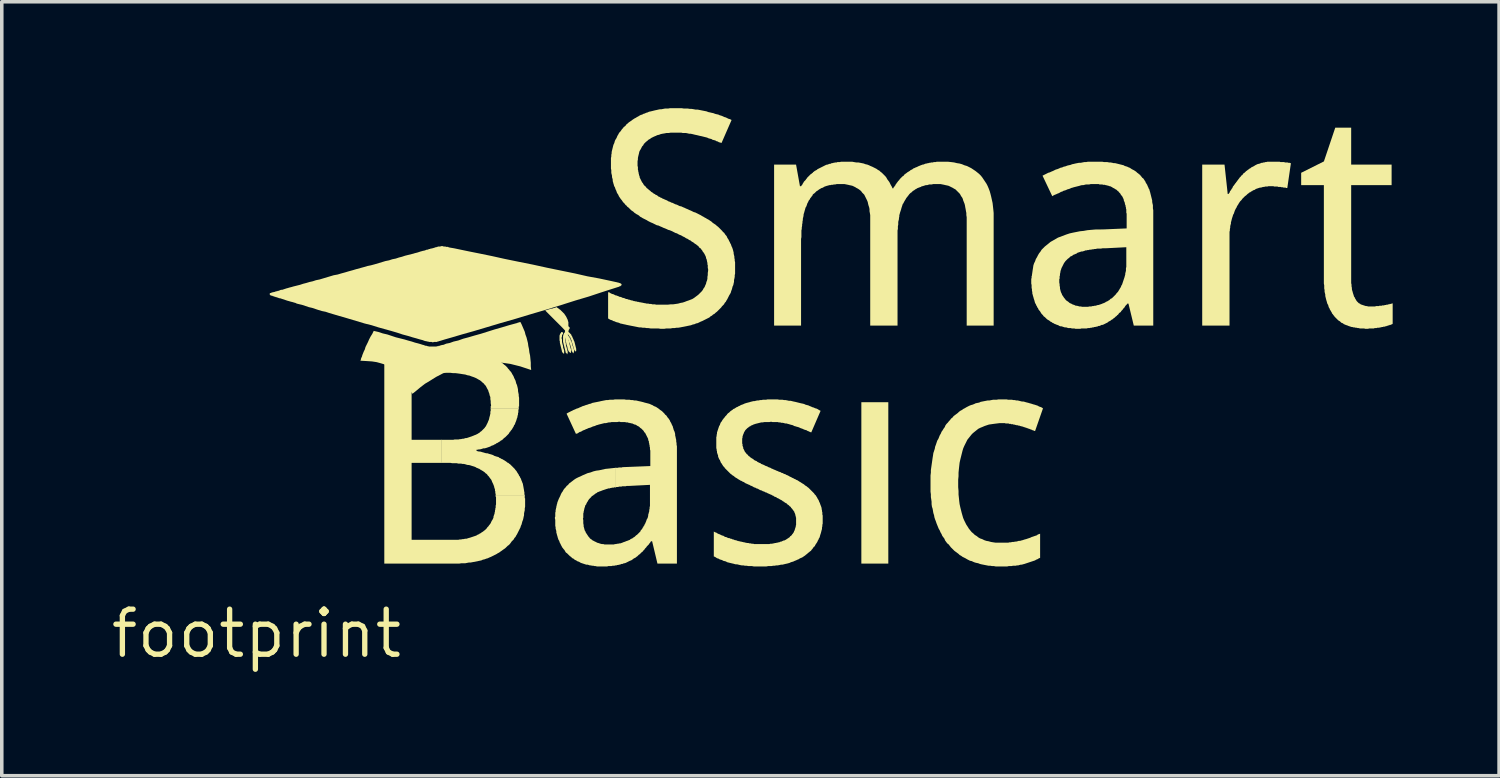
<source format=kicad_pcb>
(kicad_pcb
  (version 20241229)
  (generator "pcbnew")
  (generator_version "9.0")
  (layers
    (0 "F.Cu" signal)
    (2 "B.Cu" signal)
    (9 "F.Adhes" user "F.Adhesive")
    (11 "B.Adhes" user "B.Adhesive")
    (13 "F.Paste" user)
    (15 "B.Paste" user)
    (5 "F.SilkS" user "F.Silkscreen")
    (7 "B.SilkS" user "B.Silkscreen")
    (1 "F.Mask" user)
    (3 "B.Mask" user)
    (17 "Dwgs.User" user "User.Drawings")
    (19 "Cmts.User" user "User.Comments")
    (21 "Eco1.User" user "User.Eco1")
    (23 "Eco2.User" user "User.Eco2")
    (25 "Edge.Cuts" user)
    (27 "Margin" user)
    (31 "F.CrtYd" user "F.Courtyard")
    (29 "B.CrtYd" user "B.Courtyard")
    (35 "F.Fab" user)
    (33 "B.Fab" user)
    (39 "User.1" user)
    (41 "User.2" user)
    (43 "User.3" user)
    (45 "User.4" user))
  (footprint "footprint"
    (layer "F.Cu")
    (at 4.18 14.815)
    (property "Reference" "footprint" (at 0 0 0) (layer "F.SilkS") (effects (font (size 1.27 1.27) (thickness 0.15))))
    (fp_poly (pts (xy 17.815 -1.975) (xy 17.055 -1.975) (xy 17.055 -6.525) (xy 17.815 -6.525)) (stroke (width 0) (type solid)) (fill yes) (layer "F.SilkS"))
    (fp_poly (pts (xy 8.503 -9.174) (xy 8.523 -9.164) (xy 8.543 -9.144) (xy 8.563 -9.134) (xy 8.684 -9.013) (xy 8.694 -8.993) (xy 8.704 -8.983) (xy 8.714 -8.963) (xy 8.724 -8.953) (xy 8.734 -8.933) (xy 8.745 -8.922) (xy 8.745 -8.902) (xy 8.754 -8.893) (xy 8.775 -8.851) (xy 8.775 -8.841) (xy 8.785 -8.821) (xy 8.785 -8.802) (xy 8.795 -8.792) (xy 8.795 -8.447) (xy 8.616 -8.636) (xy 8.141 -9.112) (xy 8.319 -9.165) (xy 8.348 -9.165) (xy 8.358 -9.175) (xy 8.378 -9.175) (xy 8.388 -9.185) (xy 8.409 -9.185) (xy 8.461 -9.206)) (stroke (width 0) (type solid)) (fill yes) (layer "F.SilkS"))
    (fp_poly (pts (xy 8.645 -8.482) (xy 8.645 -8.445) (xy 8.633 -8.445) (xy 8.615 -8.409) (xy 8.615 -8.379) (xy 8.605 -8.349) (xy 8.605 -8.321) (xy 8.615 -8.291) (xy 8.615 -8.221) (xy 8.635 -8.141) (xy 8.645 -8.111) (xy 8.645 -8.071) (xy 8.665 -8.012) (xy 8.675 -7.991) (xy 8.675 -7.895) (xy 8.655 -7.895) (xy 8.655 -7.905) (xy 8.645 -7.905) (xy 8.645 -7.915) (xy 8.635 -7.915) (xy 8.635 -7.925) (xy 8.625 -7.925) (xy 8.625 -7.938) (xy 8.615 -7.948) (xy 8.605 -7.999) (xy 8.555 -8.199) (xy 8.555 -8.239) (xy 8.545 -8.269) (xy 8.545 -8.401) (xy 8.555 -8.432) (xy 8.576 -8.473) (xy 8.595 -8.492) (xy 8.595 -8.505) (xy 8.622 -8.505)) (stroke (width 0) (type solid)) (fill yes) (layer "F.SilkS"))
    (fp_poly (pts (xy 8.735 -8.482) (xy 8.735 -8.475) (xy 8.745 -8.475) (xy 8.745 -8.435) (xy 8.733 -8.435) (xy 8.705 -8.379) (xy 8.705 -8.281) (xy 8.715 -8.241) (xy 8.715 -8.211) (xy 8.725 -8.171) (xy 8.725 -8.131) (xy 8.745 -8.071) (xy 8.755 -8.031) (xy 8.765 -8.001) (xy 8.765 -7.981) (xy 8.775 -7.961) (xy 8.775 -7.909) (xy 8.755 -7.869) (xy 8.755 -7.895) (xy 8.745 -7.895) (xy 8.745 -7.905) (xy 8.735 -7.905) (xy 8.735 -7.915) (xy 8.725 -7.915) (xy 8.725 -7.925) (xy 8.715 -7.925) (xy 8.715 -7.949) (xy 8.645 -8.229) (xy 8.645 -8.391) (xy 8.655 -8.422) (xy 8.665 -8.442) (xy 8.676 -8.473) (xy 8.688 -8.485) (xy 8.695 -8.485) (xy 8.695 -8.495) (xy 8.722 -8.495)) (stroke (width 0) (type solid)) (fill yes) (layer "F.SilkS"))
    (fp_poly (pts (xy 8.813 -8.494) (xy 8.874 -8.433) (xy 8.885 -8.402) (xy 8.905 -8.372) (xy 8.915 -8.342) (xy 8.935 -8.302) (xy 8.945 -8.272) (xy 8.965 -8.232) (xy 9.015 -8.031) (xy 9.015 -7.965) (xy 9.005 -7.965) (xy 9.005 -7.948) (xy 8.975 -7.978) (xy 8.975 -7.985) (xy 8.965 -7.985) (xy 8.965 -7.998) (xy 8.955 -8.008) (xy 8.955 -8.029) (xy 8.915 -8.149) (xy 8.905 -8.189) (xy 8.895 -8.219) (xy 8.885 -8.259) (xy 8.875 -8.288) (xy 8.855 -8.328) (xy 8.846 -8.357) (xy 8.826 -8.377) (xy 8.806 -8.407) (xy 8.796 -8.426) (xy 8.759 -8.445) (xy 8.745 -8.445) (xy 8.745 -8.455) (xy 8.735 -8.455) (xy 8.735 -8.505) (xy 8.745 -8.505) (xy 8.745 -8.515) (xy 8.771 -8.515)) (stroke (width 0) (type solid)) (fill yes) (layer "F.SilkS"))
    (fp_poly (pts (xy 8.733 -8.464) (xy 8.753 -8.444) (xy 8.774 -8.434) (xy 8.784 -8.413) (xy 8.804 -8.383) (xy 8.824 -8.363) (xy 8.835 -8.332) (xy 8.855 -8.302) (xy 8.865 -8.262) (xy 8.885 -8.232) (xy 8.915 -8.112) (xy 8.935 -8.072) (xy 8.955 -7.991) (xy 8.955 -7.945) (xy 8.945 -7.945) (xy 8.945 -7.918) (xy 8.929 -7.902) (xy 8.915 -7.929) (xy 8.915 -7.935) (xy 8.905 -7.935) (xy 8.905 -7.948) (xy 8.895 -7.958) (xy 8.895 -7.969) (xy 8.885 -7.988) (xy 8.875 -8.019) (xy 8.875 -8.049) (xy 8.855 -8.109) (xy 8.845 -8.149) (xy 8.835 -8.178) (xy 8.815 -8.218) (xy 8.795 -8.278) (xy 8.755 -8.338) (xy 8.746 -8.367) (xy 8.727 -8.386) (xy 8.689 -8.405) (xy 8.675 -8.405) (xy 8.675 -8.418) (xy 8.665 -8.428) (xy 8.665 -8.455) (xy 8.675 -8.455) (xy 8.675 -8.465) (xy 8.685 -8.465) (xy 8.685 -8.475) (xy 8.711 -8.475)) (stroke (width 0) (type solid)) (fill yes) (layer "F.SilkS"))
    (fp_poly (pts (xy 8.805 -7.958) (xy 8.805 -7.965) (xy 8.795 -7.965) (xy 8.795 -7.979) (xy 8.775 -8.029) (xy 8.765 -8.089) (xy 8.745 -8.139) (xy 8.725 -8.239) (xy 8.715 -8.279) (xy 8.695 -8.38) (xy 8.695 -8.501) (xy 8.705 -8.541) (xy 8.736 -8.633) (xy 8.758 -8.655) (xy 8.775 -8.655) (xy 8.775 -8.665) (xy 8.792 -8.665) (xy 8.802 -8.655) (xy 8.815 -8.655) (xy 8.815 -8.645) (xy 8.825 -8.645) (xy 8.825 -8.632) (xy 8.835 -8.622) (xy 8.835 -8.605) (xy 8.825 -8.605) (xy 8.825 -8.588) (xy 8.804 -8.567) (xy 8.795 -8.548) (xy 8.785 -8.509) (xy 8.775 -8.479) (xy 8.775 -8.441) (xy 8.785 -8.401) (xy 8.785 -8.351) (xy 8.795 -8.311) (xy 8.805 -8.261) (xy 8.815 -8.221) (xy 8.825 -8.171) (xy 8.845 -8.091) (xy 8.855 -8.061) (xy 8.865 -8.022) (xy 8.875 -8.001) (xy 8.875 -7.958) (xy 8.865 -7.948) (xy 8.865 -7.915) (xy 8.848 -7.915)) (stroke (width 0) (type solid)) (fill yes) (layer "F.SilkS"))
    (fp_poly (pts (xy 10.135 -4.125) (xy 10.082 -4.125) (xy 10.072 -4.115) (xy 10.021 -4.115) (xy 10.001 -4.105) (xy 9.972 -4.105) (xy 9.962 -4.095) (xy 9.921 -4.095) (xy 9.901 -4.085) (xy 9.891 -4.085) (xy 9.742 -4.035) (xy 9.722 -4.025) (xy 9.662 -4.005) (xy 9.642 -3.995) (xy 9.613 -3.986) (xy 9.593 -3.966) (xy 9.553 -3.946) (xy 9.533 -3.926) (xy 9.513 -3.916) (xy 9.493 -3.896) (xy 9.454 -3.876) (xy 9.444 -3.857) (xy 9.374 -3.787) (xy 9.364 -3.767) (xy 9.354 -3.757) (xy 9.334 -3.717) (xy 9.324 -3.707) (xy 9.293 -3.645) (xy 8.474 -3.645) (xy 8.485 -3.701) (xy 8.525 -3.802) (xy 8.565 -3.882) (xy 8.585 -3.932) (xy 8.606 -3.973) (xy 8.636 -4.013) (xy 8.656 -4.053) (xy 8.686 -4.093) (xy 8.716 -4.123) (xy 8.746 -4.164) (xy 8.786 -4.194) (xy 8.816 -4.234) (xy 8.897 -4.294) (xy 8.947 -4.334) (xy 9.007 -4.374) (xy 9.068 -4.405) (xy 9.138 -4.435) (xy 9.198 -4.465) (xy 9.338 -4.525) (xy 9.419 -4.545) (xy 9.499 -4.575) (xy 9.579 -4.595) (xy 9.659 -4.605) (xy 9.839 -4.645) (xy 9.94 -4.655) (xy 10.029 -4.665) (xy 10.135 -4.676)) (stroke (width 0) (type solid)) (fill yes) (layer "F.SilkS"))
    (fp_poly (pts (xy 23.845 -10.866) (xy 23.811 -10.855) (xy 23.701 -10.855) (xy 23.661 -10.845) (xy 23.631 -10.845) (xy 23.591 -10.835) (xy 23.561 -10.835) (xy 23.531 -10.825) (xy 23.491 -10.825) (xy 23.461 -10.815) (xy 23.431 -10.815) (xy 23.401 -10.805) (xy 23.371 -10.805) (xy 23.352 -10.795) (xy 23.291 -10.775) (xy 23.261 -10.775) (xy 23.143 -10.736) (xy 23.123 -10.716) (xy 23.092 -10.705) (xy 23.072 -10.695) (xy 23.042 -10.685) (xy 23.023 -10.676) (xy 23.003 -10.656) (xy 22.982 -10.645) (xy 22.953 -10.636) (xy 22.903 -10.586) (xy 22.883 -10.576) (xy 22.804 -10.497) (xy 22.794 -10.477) (xy 22.774 -10.457) (xy 22.704 -10.317) (xy 22.695 -10.308) (xy 22.695 -10.289) (xy 22.685 -10.269) (xy 22.685 -10.258) (xy 22.675 -10.248) (xy 22.675 -10.218) (xy 22.665 -10.208) (xy 22.665 -10.169) (xy 22.655 -10.149) (xy 22.655 -10.105) (xy 21.864 -10.105) (xy 21.885 -10.251) (xy 21.895 -10.311) (xy 21.905 -10.381) (xy 21.925 -10.442) (xy 21.955 -10.502) (xy 21.975 -10.562) (xy 22.006 -10.612) (xy 22.036 -10.672) (xy 22.066 -10.723) (xy 22.106 -10.773) (xy 22.136 -10.823) (xy 22.227 -10.914) (xy 22.327 -10.994) (xy 22.387 -11.044) (xy 22.598 -11.165) (xy 22.838 -11.255) (xy 22.929 -11.285) (xy 23.019 -11.305) (xy 23.219 -11.345) (xy 23.319 -11.355) (xy 23.429 -11.375) (xy 23.54 -11.385) (xy 23.66 -11.395) (xy 23.845 -11.395)) (stroke (width 0) (type solid)) (fill yes) (layer "F.SilkS"))
    (fp_poly (pts (xy 7.475 -8.722) (xy 7.565 -8.512) (xy 7.585 -8.431) (xy 7.615 -8.351) (xy 7.655 -8.191) (xy 7.665 -8.111) (xy 7.685 -8.021) (xy 7.695 -7.931) (xy 7.715 -7.841) (xy 7.735 -7.64) (xy 7.735 -7.54) (xy 7.746 -7.433) (xy 7.439 -7.535) (xy 7.159 -7.605) (xy 6.88 -7.645) (xy 6.61 -7.655) (xy 6.35 -7.645) (xy 6.111 -7.615) (xy 5.871 -7.565) (xy 5.652 -7.495) (xy 5.442 -7.415) (xy 5.252 -7.335) (xy 5.062 -7.236) (xy 4.903 -7.136) (xy 4.753 -7.046) (xy 4.623 -6.946) (xy 4.503 -6.846) (xy 4.399 -6.763) (xy 4.236 -6.987) (xy 4.096 -7.167) (xy 4.036 -7.257) (xy 3.976 -7.327) (xy 3.847 -7.456) (xy 3.688 -7.556) (xy 3.598 -7.595) (xy 3.499 -7.625) (xy 3.389 -7.655) (xy 3.259 -7.675) (xy 3.11 -7.685) (xy 2.935 -7.695) (xy 2.935 -7.712) (xy 2.945 -7.722) (xy 2.945 -7.741) (xy 2.955 -7.772) (xy 2.975 -7.812) (xy 2.985 -7.852) (xy 3.025 -7.952) (xy 3.055 -8.012) (xy 3.075 -8.082) (xy 3.145 -8.222) (xy 3.175 -8.292) (xy 3.216 -8.372) (xy 3.266 -8.452) (xy 3.307 -8.536) (xy 3.441 -8.505) (xy 3.561 -8.465) (xy 3.691 -8.435) (xy 3.931 -8.355) (xy 4.171 -8.295) (xy 4.271 -8.265) (xy 4.381 -8.235) (xy 4.471 -8.205) (xy 4.551 -8.185) (xy 4.621 -8.165) (xy 4.681 -8.145) (xy 4.722 -8.135) (xy 4.741 -8.125) (xy 4.751 -8.125) (xy 4.771 -8.115) (xy 4.801 -8.115) (xy 4.821 -8.105) (xy 4.841 -8.105) (xy 4.861 -8.095) (xy 5.078 -8.095) (xy 5.088 -8.105) (xy 5.128 -8.105) (xy 5.138 -8.115) (xy 5.168 -8.115) (xy 5.178 -8.125) (xy 5.189 -8.125) (xy 5.219 -8.135) (xy 5.279 -8.145) (xy 5.349 -8.175) (xy 5.449 -8.195) (xy 5.559 -8.235) (xy 5.689 -8.265) (xy 5.829 -8.315) (xy 5.979 -8.355) (xy 6.149 -8.405) (xy 6.329 -8.455) (xy 6.709 -8.575) (xy 6.919 -8.635) (xy 7.119 -8.695) (xy 7.339 -8.755) (xy 7.348 -8.755) (xy 7.358 -8.765) (xy 7.378 -8.765) (xy 7.388 -8.775) (xy 7.415 -8.775) (xy 7.415 -8.785) (xy 7.443 -8.785)) (stroke (width 0) (type solid)) (fill yes) (layer "F.SilkS"))
    (fp_poly (pts (xy 28.871 -13.295) (xy 28.982 -13.295) (xy 28.992 -13.285) (xy 29.071 -13.285) (xy 29.091 -13.275) (xy 29.131 -13.275) (xy 29.151 -13.265) (xy 29.166 -13.265) (xy 29.064 -12.565) (xy 29.028 -12.565) (xy 29.018 -12.575) (xy 28.959 -12.575) (xy 28.939 -12.585) (xy 28.899 -12.585) (xy 28.879 -12.595) (xy 28.809 -12.595) (xy 28.789 -12.605) (xy 28.688 -12.605) (xy 28.678 -12.615) (xy 28.531 -12.615) (xy 28.501 -12.605) (xy 28.441 -12.605) (xy 28.411 -12.595) (xy 28.381 -12.595) (xy 28.321 -12.575) (xy 28.291 -12.575) (xy 28.173 -12.536) (xy 28.153 -12.516) (xy 28.093 -12.496) (xy 28.073 -12.476) (xy 28.043 -12.466) (xy 28.023 -12.446) (xy 27.993 -12.436) (xy 27.973 -12.416) (xy 27.943 -12.396) (xy 27.903 -12.356) (xy 27.873 -12.336) (xy 27.794 -12.257) (xy 27.774 -12.227) (xy 27.734 -12.187) (xy 27.694 -12.127) (xy 27.684 -12.107) (xy 27.645 -12.048) (xy 27.635 -12.018) (xy 27.614 -11.987) (xy 27.585 -11.928) (xy 27.555 -11.838) (xy 27.535 -11.808) (xy 27.525 -11.769) (xy 27.505 -11.709) (xy 27.485 -11.629) (xy 27.475 -11.599) (xy 27.475 -11.559) (xy 27.465 -11.529) (xy 27.455 -11.489) (xy 27.455 -11.449) (xy 27.445 -11.409) (xy 27.445 -11.369) (xy 27.435 -11.329) (xy 27.435 -8.685) (xy 26.665 -8.685) (xy 26.665 -13.225) (xy 27.294 -13.225) (xy 27.384 -12.395) (xy 27.407 -12.395) (xy 27.416 -12.413) (xy 27.436 -12.433) (xy 27.445 -12.462) (xy 27.456 -12.483) (xy 27.476 -12.503) (xy 27.496 -12.543) (xy 27.516 -12.563) (xy 27.525 -12.592) (xy 27.536 -12.613) (xy 27.556 -12.633) (xy 27.566 -12.653) (xy 27.586 -12.673) (xy 27.596 -12.693) (xy 27.616 -12.713) (xy 27.626 -12.733) (xy 27.646 -12.753) (xy 27.656 -12.773) (xy 27.676 -12.793) (xy 27.686 -12.813) (xy 27.706 -12.833) (xy 27.716 -12.853) (xy 27.756 -12.893) (xy 27.766 -12.914) (xy 27.787 -12.924) (xy 27.806 -12.943) (xy 27.816 -12.963) (xy 27.837 -12.984) (xy 27.857 -12.994) (xy 27.907 -13.044) (xy 27.927 -13.054) (xy 27.947 -13.074) (xy 27.967 -13.084) (xy 27.987 -13.104) (xy 28.027 -13.124) (xy 28.047 -13.144) (xy 28.127 -13.184) (xy 28.157 -13.204) (xy 28.218 -13.235) (xy 28.249 -13.245) (xy 28.269 -13.245) (xy 28.288 -13.255) (xy 28.318 -13.265) (xy 28.339 -13.275) (xy 28.369 -13.275) (xy 28.389 -13.285) (xy 28.419 -13.285) (xy 28.439 -13.295) (xy 28.469 -13.295) (xy 28.499 -13.305) (xy 28.851 -13.305)) (stroke (width 0) (type solid)) (fill yes) (layer "F.SilkS"))
    (fp_poly (pts (xy 30.865 -13.225) (xy 32.005 -13.225) (xy 32.005 -12.645) (xy 30.865 -12.645) (xy 30.865 -9.881) (xy 30.875 -9.841) (xy 30.875 -9.791) (xy 30.885 -9.751) (xy 30.885 -9.711) (xy 30.895 -9.671) (xy 30.905 -9.641) (xy 30.915 -9.601) (xy 30.935 -9.541) (xy 30.945 -9.503) (xy 30.964 -9.483) (xy 30.975 -9.452) (xy 30.994 -9.423) (xy 31.004 -9.403) (xy 31.024 -9.373) (xy 31.083 -9.314) (xy 31.113 -9.304) (xy 31.133 -9.284) (xy 31.281 -9.235) (xy 31.311 -9.235) (xy 31.341 -9.225) (xy 31.548 -9.225) (xy 31.558 -9.235) (xy 31.648 -9.235) (xy 31.658 -9.245) (xy 31.728 -9.245) (xy 31.738 -9.255) (xy 31.798 -9.255) (xy 31.808 -9.265) (xy 31.848 -9.265) (xy 31.858 -9.275) (xy 31.898 -9.275) (xy 31.908 -9.285) (xy 31.945 -9.285) (xy 31.945 -9.295) (xy 31.988 -9.295) (xy 31.998 -9.305) (xy 32.025 -9.305) (xy 32.025 -9.315) (xy 32.035 -9.315) (xy 32.035 -8.738) (xy 32.022 -8.725) (xy 32.012 -8.725) (xy 32.002 -8.715) (xy 31.992 -8.715) (xy 31.982 -8.705) (xy 31.952 -8.705) (xy 31.942 -8.695) (xy 31.922 -8.695) (xy 31.912 -8.685) (xy 31.892 -8.685) (xy 31.882 -8.675) (xy 31.862 -8.675) (xy 31.852 -8.665) (xy 31.822 -8.665) (xy 31.812 -8.655) (xy 31.772 -8.655) (xy 31.762 -8.645) (xy 31.722 -8.645) (xy 31.712 -8.635) (xy 31.672 -8.635) (xy 31.662 -8.625) (xy 31.601 -8.625) (xy 31.581 -8.615) (xy 31.522 -8.615) (xy 31.512 -8.605) (xy 31.362 -8.605) (xy 31.352 -8.595) (xy 31.259 -8.595) (xy 31.229 -8.605) (xy 31.109 -8.605) (xy 31.079 -8.615) (xy 31.049 -8.615) (xy 31.019 -8.625) (xy 30.989 -8.625) (xy 30.959 -8.635) (xy 30.929 -8.635) (xy 30.899 -8.645) (xy 30.879 -8.645) (xy 30.788 -8.675) (xy 30.768 -8.685) (xy 30.708 -8.705) (xy 30.688 -8.715) (xy 30.657 -8.726) (xy 30.637 -8.746) (xy 30.618 -8.755) (xy 30.587 -8.766) (xy 30.547 -8.806) (xy 30.527 -8.816) (xy 30.497 -8.836) (xy 30.396 -8.937) (xy 30.386 -8.957) (xy 30.366 -8.977) (xy 30.346 -9.007) (xy 30.326 -9.027) (xy 30.315 -9.058) (xy 30.296 -9.087) (xy 30.286 -9.107) (xy 30.265 -9.138) (xy 30.255 -9.168) (xy 30.235 -9.198) (xy 30.225 -9.229) (xy 30.215 -9.268) (xy 30.195 -9.298) (xy 30.185 -9.329) (xy 30.175 -9.369) (xy 30.165 -9.399) (xy 30.135 -9.519) (xy 30.135 -9.559) (xy 30.115 -9.639) (xy 30.115 -9.689) (xy 30.105 -9.729) (xy 30.105 -9.82) (xy 30.095 -9.87) (xy 30.095 -12.645) (xy 29.455 -12.645) (xy 29.455 -12.993) (xy 30.096 -13.314) (xy 30.416 -14.265) (xy 30.865 -14.265)) (stroke (width 0) (type solid)) (fill yes) (layer "F.SilkS"))
    (fp_poly (pts (xy 5.51 -8.015) (xy 5.63 -8.015) (xy 5.69 -8.005) (xy 5.75 -8.005) (xy 5.81 -7.995) (xy 5.87 -7.995) (xy 5.921 -7.985) (xy 5.98 -7.975) (xy 6.03 -7.975) (xy 6.131 -7.955) (xy 6.191 -7.945) (xy 6.231 -7.935) (xy 6.281 -7.925) (xy 6.331 -7.905) (xy 6.381 -7.895) (xy 6.422 -7.885) (xy 6.472 -7.865) (xy 6.512 -7.855) (xy 6.552 -7.835) (xy 6.602 -7.825) (xy 6.683 -7.784) (xy 6.713 -7.764) (xy 6.793 -7.724) (xy 6.823 -7.704) (xy 6.863 -7.684) (xy 6.893 -7.664) (xy 6.923 -7.634) (xy 6.953 -7.614) (xy 6.983 -7.584) (xy 7.013 -7.564) (xy 7.074 -7.503) (xy 7.094 -7.473) (xy 7.124 -7.443) (xy 7.144 -7.413) (xy 7.174 -7.383) (xy 7.194 -7.353) (xy 7.214 -7.313) (xy 7.234 -7.283) (xy 7.255 -7.242) (xy 7.265 -7.212) (xy 7.305 -7.132) (xy 7.325 -7.052) (xy 7.345 -7.012) (xy 7.365 -6.931) (xy 7.375 -6.88) (xy 7.375 -6.84) (xy 7.395 -6.74) (xy 7.395 -6.7) (xy 7.405 -6.65) (xy 7.405 -6.405) (xy 7.395 -6.405) (xy 7.395 -6.345) (xy 6.605 -6.345) (xy 6.605 -6.412) (xy 6.615 -6.422) (xy 6.615 -6.44) (xy 6.605 -6.5) (xy 6.605 -6.56) (xy 6.595 -6.61) (xy 6.595 -6.669) (xy 6.575 -6.719) (xy 6.565 -6.769) (xy 6.545 -6.818) (xy 6.535 -6.858) (xy 6.506 -6.908) (xy 6.466 -6.987) (xy 6.436 -7.017) (xy 6.406 -7.056) (xy 6.367 -7.086) (xy 6.337 -7.116) (xy 6.297 -7.146) (xy 6.258 -7.166) (xy 6.208 -7.196) (xy 6.168 -7.215) (xy 6.118 -7.235) (xy 6.058 -7.255) (xy 6.009 -7.275) (xy 5.949 -7.285) (xy 5.889 -7.305) (xy 5.819 -7.315) (xy 5.759 -7.325) (xy 5.689 -7.335) (xy 5.61 -7.345) (xy 5.54 -7.345) (xy 5.46 -7.355) (xy 4.375 -7.355) (xy 4.375 -5.465) (xy 5.225 -5.465) (xy 5.225 -4.815) (xy 4.375 -4.815) (xy 4.375 -2.645) (xy 5.689 -2.645) (xy 5.729 -2.655) (xy 5.769 -2.655) (xy 5.809 -2.665) (xy 5.839 -2.665) (xy 5.879 -2.675) (xy 5.919 -2.675) (xy 5.979 -2.695) (xy 6.019 -2.705) (xy 6.198 -2.765) (xy 6.227 -2.784) (xy 6.248 -2.795) (xy 6.277 -2.804) (xy 6.297 -2.824) (xy 6.327 -2.834) (xy 6.347 -2.854) (xy 6.367 -2.864) (xy 6.397 -2.884) (xy 6.417 -2.904) (xy 6.437 -2.914) (xy 6.496 -2.973) (xy 6.506 -2.993) (xy 6.546 -3.033) (xy 6.556 -3.053) (xy 6.576 -3.073) (xy 6.586 -3.093) (xy 6.606 -3.113) (xy 6.615 -3.142) (xy 6.636 -3.183) (xy 6.656 -3.213) (xy 6.675 -3.252) (xy 6.685 -3.281) (xy 6.685 -3.311) (xy 6.695 -3.332) (xy 6.715 -3.391) (xy 6.715 -3.411) (xy 6.725 -3.441) (xy 6.725 -3.471) (xy 6.735 -3.501) (xy 6.735 -3.531) (xy 6.745 -3.551) (xy 6.745 -3.611) (xy 6.755 -3.641) (xy 6.755 -3.848) (xy 6.745 -3.858) (xy 6.745 -3.905) (xy 7.565 -3.905) (xy 7.565 -3.822) (xy 7.575 -3.812) (xy 7.575 -3.58) (xy 7.565 -3.53) (xy 7.565 -3.479) (xy 7.555 -3.439) (xy 7.545 -3.39) (xy 7.545 -3.339) (xy 7.535 -3.299) (xy 7.525 -3.249) (xy 7.515 -3.208) (xy 7.495 -3.158) (xy 7.475 -3.078) (xy 7.455 -3.038) (xy 7.445 -2.998) (xy 7.344 -2.797) (xy 7.324 -2.767) (xy 7.304 -2.727) (xy 7.274 -2.697) (xy 7.254 -2.657) (xy 7.194 -2.597) (xy 7.174 -2.567) (xy 7.144 -2.527) (xy 7.113 -2.496) (xy 7.083 -2.476) (xy 7.023 -2.416) (xy 6.983 -2.386) (xy 6.953 -2.366) (xy 6.913 -2.336) (xy 6.883 -2.316) (xy 6.843 -2.286) (xy 6.803 -2.266) (xy 6.773 -2.246) (xy 6.612 -2.165) (xy 6.562 -2.145) (xy 6.522 -2.125) (xy 6.482 -2.115) (xy 6.431 -2.095) (xy 6.382 -2.085) (xy 6.342 -2.065) (xy 6.04 -2.005) (xy 5.99 -2.005) (xy 5.89 -1.985) (xy 5.78 -1.985) (xy 5.72 -1.975) (xy 3.605 -1.975) (xy 3.605 -8.025) (xy 5.45 -8.025)) (stroke (width 0) (type solid)) (fill yes) (layer "F.SilkS"))
    (fp_poly (pts (xy 7.395 -6.329) (xy 7.385 -6.309) (xy 7.385 -6.239) (xy 7.375 -6.219) (xy 7.375 -6.179) (xy 7.365 -6.159) (xy 7.365 -6.139) (xy 7.355 -6.109) (xy 7.355 -6.089) (xy 7.335 -6.049) (xy 7.335 -6.029) (xy 7.325 -6.008) (xy 7.315 -5.978) (xy 7.305 -5.958) (xy 7.284 -5.897) (xy 7.264 -5.877) (xy 7.255 -5.848) (xy 7.244 -5.827) (xy 7.224 -5.797) (xy 7.214 -5.777) (xy 7.194 -5.747) (xy 7.174 -5.727) (xy 7.164 -5.707) (xy 7.144 -5.687) (xy 7.124 -5.657) (xy 7.114 -5.637) (xy 7.013 -5.536) (xy 6.983 -5.516) (xy 6.923 -5.456) (xy 6.893 -5.446) (xy 6.873 -5.426) (xy 6.843 -5.406) (xy 6.823 -5.396) (xy 6.792 -5.375) (xy 6.763 -5.366) (xy 6.743 -5.346) (xy 6.712 -5.335) (xy 6.682 -5.315) (xy 6.622 -5.295) (xy 6.592 -5.275) (xy 6.441 -5.225) (xy 6.401 -5.225) (xy 6.341 -5.205) (xy 6.301 -5.195) (xy 6.271 -5.195) (xy 6.231 -5.185) (xy 6.205 -5.185) (xy 6.205 -5.154) (xy 6.231 -5.145) (xy 6.271 -5.135) (xy 6.301 -5.135) (xy 6.341 -5.125) (xy 6.371 -5.115) (xy 6.411 -5.105) (xy 6.441 -5.095) (xy 6.481 -5.085) (xy 6.511 -5.085) (xy 6.571 -5.065) (xy 6.611 -5.055) (xy 6.672 -5.035) (xy 6.702 -5.015) (xy 6.761 -4.995) (xy 6.801 -4.985) (xy 6.833 -4.974) (xy 6.853 -4.954) (xy 6.882 -4.945) (xy 6.912 -4.925) (xy 6.942 -4.915) (xy 6.973 -4.894) (xy 6.993 -4.884) (xy 7.053 -4.844) (xy 7.073 -4.824) (xy 7.103 -4.814) (xy 7.123 -4.794) (xy 7.153 -4.774) (xy 7.284 -4.643) (xy 7.304 -4.613) (xy 7.324 -4.593) (xy 7.344 -4.563) (xy 7.354 -4.543) (xy 7.395 -4.482) (xy 7.404 -4.453) (xy 7.424 -4.433) (xy 7.435 -4.402) (xy 7.455 -4.372) (xy 7.475 -4.312) (xy 7.485 -4.292) (xy 7.495 -4.262) (xy 7.505 -4.242) (xy 7.515 -4.211) (xy 7.515 -4.191) (xy 7.525 -4.161) (xy 7.525 -4.131) (xy 7.535 -4.111) (xy 7.535 -4.081) (xy 7.545 -4.051) (xy 7.545 -4.021) (xy 7.555 -3.991) (xy 7.555 -3.931) (xy 7.567 -3.895) (xy 6.745 -3.895) (xy 6.745 -3.939) (xy 6.735 -3.959) (xy 6.735 -4.009) (xy 6.725 -4.029) (xy 6.725 -4.069) (xy 6.715 -4.089) (xy 6.715 -4.099) (xy 6.705 -4.119) (xy 6.705 -4.139) (xy 6.695 -4.159) (xy 6.695 -4.169) (xy 6.685 -4.188) (xy 6.675 -4.218) (xy 6.645 -4.278) (xy 6.635 -4.308) (xy 6.616 -4.347) (xy 6.596 -4.367) (xy 6.586 -4.387) (xy 6.566 -4.407) (xy 6.556 -4.427) (xy 6.516 -4.467) (xy 6.506 -4.487) (xy 6.487 -4.506) (xy 6.467 -4.516) (xy 6.427 -4.556) (xy 6.407 -4.566) (xy 6.387 -4.586) (xy 6.357 -4.596) (xy 6.337 -4.616) (xy 6.307 -4.626) (xy 6.287 -4.646) (xy 6.258 -4.655) (xy 6.238 -4.665) (xy 6.208 -4.675) (xy 6.178 -4.695) (xy 6.029 -4.745) (xy 5.989 -4.755) (xy 5.959 -4.755) (xy 5.919 -4.765) (xy 5.889 -4.775) (xy 5.849 -4.785) (xy 5.809 -4.785) (xy 5.769 -4.795) (xy 5.689 -4.795) (xy 5.649 -4.805) (xy 5.52 -4.805) (xy 5.47 -4.815) (xy 5.215 -4.815) (xy 5.215 -5.465) (xy 5.549 -5.465) (xy 5.589 -5.475) (xy 5.699 -5.475) (xy 5.739 -5.485) (xy 5.769 -5.485) (xy 5.809 -5.495) (xy 5.839 -5.495) (xy 5.899 -5.515) (xy 5.929 -5.515) (xy 6.078 -5.565) (xy 6.098 -5.575) (xy 6.128 -5.585) (xy 6.148 -5.595) (xy 6.178 -5.605) (xy 6.237 -5.634) (xy 6.267 -5.654) (xy 6.287 -5.664) (xy 6.317 -5.694) (xy 6.337 -5.704) (xy 6.436 -5.803) (xy 6.446 -5.823) (xy 6.466 -5.843) (xy 6.525 -5.962) (xy 6.535 -5.992) (xy 6.555 -6.031) (xy 6.555 -6.051) (xy 6.565 -6.071) (xy 6.565 -6.091) (xy 6.575 -6.111) (xy 6.575 -6.131) (xy 6.585 -6.151) (xy 6.585 -6.171) (xy 6.595 -6.191) (xy 6.595 -6.261) (xy 6.605 -6.281) (xy 6.605 -6.355) (xy 7.395 -6.355)) (stroke (width 0) (type solid)) (fill yes) (layer "F.SilkS"))
    (fp_poly (pts (xy 9.372 -9.505) (xy 9.001 -9.395) (xy 8.591 -9.265) (xy 8.171 -9.135) (xy 7.731 -9.005) (xy 7.301 -8.875) (xy 6.881 -8.755) (xy 6.481 -8.635) (xy 6.111 -8.525) (xy 5.791 -8.435) (xy 5.521 -8.355) (xy 5.311 -8.295) (xy 5.181 -8.255) (xy 5.142 -8.245) (xy 5.121 -8.235) (xy 5.102 -8.235) (xy 5.092 -8.225) (xy 5.011 -8.225) (xy 4.981 -8.215) (xy 4.959 -8.215) (xy 4.939 -8.225) (xy 4.869 -8.225) (xy 4.839 -8.235) (xy 4.819 -8.235) (xy 4.789 -8.245) (xy 4.779 -8.245) (xy 4.738 -8.255) (xy 4.688 -8.275) (xy 4.609 -8.295) (xy 4.509 -8.325) (xy 4.399 -8.355) (xy 4.269 -8.395) (xy 4.119 -8.435) (xy 3.969 -8.485) (xy 3.799 -8.535) (xy 3.439 -8.635) (xy 3.249 -8.695) (xy 3.049 -8.745) (xy 2.449 -8.925) (xy 2.339 -8.955) (xy 2.038 -9.045) (xy 1.949 -9.075) (xy 1.849 -9.095) (xy 1.748 -9.125) (xy 1.569 -9.185) (xy 1.479 -9.205) (xy 1.299 -9.265) (xy 1.138 -9.305) (xy 1.098 -9.325) (xy 1.059 -9.335) (xy 1.029 -9.345) (xy 0.949 -9.365) (xy 0.919 -9.375) (xy 0.879 -9.385) (xy 0.669 -9.455) (xy 0.649 -9.455) (xy 0.617 -9.466) (xy 0.608 -9.475) (xy 0.589 -9.475) (xy 0.569 -9.485) (xy 0.548 -9.485) (xy 0.538 -9.495) (xy 0.518 -9.495) (xy 0.508 -9.505) (xy 0.488 -9.505) (xy 0.478 -9.515) (xy 0.455 -9.515) (xy 0.455 -9.525) (xy 0.428 -9.525) (xy 0.418 -9.535) (xy 0.395 -9.535) (xy 0.395 -9.545) (xy 0.385 -9.545) (xy 0.385 -9.555) (xy 0.375 -9.555) (xy 0.375 -9.595) (xy 0.385 -9.595) (xy 0.385 -9.605) (xy 0.415 -9.605) (xy 0.415 -9.615) (xy 0.445 -9.615) (xy 0.445 -9.625) (xy 0.478 -9.625) (xy 0.488 -9.635) (xy 0.518 -9.635) (xy 0.528 -9.645) (xy 0.549 -9.645) (xy 0.569 -9.655) (xy 0.588 -9.655) (xy 0.598 -9.665) (xy 0.619 -9.665) (xy 0.648 -9.675) (xy 0.668 -9.685) (xy 0.699 -9.695) (xy 0.729 -9.695) (xy 0.849 -9.735) (xy 0.889 -9.745) (xy 0.919 -9.755) (xy 0.999 -9.775) (xy 1.029 -9.785) (xy 1.229 -9.835) (xy 1.319 -9.865) (xy 1.399 -9.885) (xy 1.499 -9.915) (xy 1.589 -9.935) (xy 1.679 -9.965) (xy 1.779 -9.985) (xy 2.179 -10.105) (xy 2.289 -10.125) (xy 2.389 -10.155) (xy 2.499 -10.185) (xy 2.599 -10.215) (xy 2.709 -10.245) (xy 2.809 -10.275) (xy 3.029 -10.335) (xy 3.129 -10.365) (xy 3.229 -10.385) (xy 3.339 -10.415) (xy 3.639 -10.505) (xy 3.739 -10.525) (xy 3.829 -10.555) (xy 3.929 -10.575) (xy 4.019 -10.605) (xy 4.099 -10.625) (xy 4.189 -10.655) (xy 4.429 -10.715) (xy 4.459 -10.725) (xy 4.539 -10.745) (xy 4.629 -10.775) (xy 4.669 -10.785) (xy 4.699 -10.795) (xy 4.719 -10.795) (xy 4.778 -10.815) (xy 4.799 -10.825) (xy 4.829 -10.825) (xy 4.869 -10.845) (xy 4.889 -10.845) (xy 4.909 -10.855) (xy 4.929 -10.855) (xy 4.949 -10.865) (xy 4.978 -10.865) (xy 4.988 -10.875) (xy 5.008 -10.875) (xy 5.018 -10.885) (xy 5.038 -10.885) (xy 5.048 -10.895) (xy 5.078 -10.895) (xy 5.088 -10.905) (xy 5.108 -10.905) (xy 5.118 -10.915) (xy 5.188 -10.915) (xy 5.198 -10.925) (xy 5.262 -10.925) (xy 5.272 -10.915) (xy 5.332 -10.915) (xy 5.342 -10.905) (xy 5.402 -10.905) (xy 5.413 -10.895) (xy 5.451 -10.885) (xy 5.571 -10.865) (xy 5.761 -10.825) (xy 6.001 -10.775) (xy 6.301 -10.715) (xy 6.641 -10.645) (xy 7.001 -10.565) (xy 7.391 -10.485) (xy 7.791 -10.405) (xy 8.201 -10.315) (xy 8.981 -10.155) (xy 9.331 -10.075) (xy 9.661 -10.015) (xy 9.941 -9.955) (xy 10.171 -9.905) (xy 10.185 -9.905) (xy 10.185 -9.895) (xy 10.222 -9.895) (xy 10.232 -9.885) (xy 10.255 -9.885) (xy 10.255 -9.875) (xy 10.275 -9.875) (xy 10.275 -9.865) (xy 10.285 -9.865) (xy 10.285 -9.855) (xy 10.295 -9.855) (xy 10.295 -9.828) (xy 10.282 -9.815) (xy 10.275 -9.815) (xy 10.275 -9.805) (xy 10.265 -9.805) (xy 10.265 -9.795) (xy 10.242 -9.795) (xy 10.232 -9.785) (xy 10.222 -9.785) (xy 10.212 -9.775) (xy 10.201 -9.775) (xy 9.982 -9.705) (xy 9.702 -9.615)) (stroke (width 0) (type solid)) (fill yes) (layer "F.SilkS"))
    (fp_poly (pts (xy 21.191 -6.595) (xy 21.301 -6.595) (xy 21.341 -6.585) (xy 21.381 -6.585) (xy 21.421 -6.575) (xy 21.461 -6.575) (xy 21.581 -6.545) (xy 21.621 -6.545) (xy 21.661 -6.535) (xy 21.691 -6.525) (xy 21.771 -6.505) (xy 21.801 -6.495) (xy 21.841 -6.485) (xy 21.901 -6.465) (xy 21.941 -6.455) (xy 22.032 -6.425) (xy 22.062 -6.405) (xy 22.122 -6.385) (xy 22.143 -6.374) (xy 22.176 -6.352) (xy 21.954 -5.715) (xy 21.928 -5.715) (xy 21.918 -5.725) (xy 21.908 -5.725) (xy 21.898 -5.735) (xy 21.878 -5.735) (xy 21.868 -5.745) (xy 21.858 -5.745) (xy 21.848 -5.755) (xy 21.828 -5.755) (xy 21.818 -5.765) (xy 21.809 -5.765) (xy 21.789 -5.775) (xy 21.779 -5.775) (xy 21.759 -5.785) (xy 21.748 -5.785) (xy 21.738 -5.795) (xy 21.718 -5.795) (xy 21.708 -5.805) (xy 21.688 -5.805) (xy 21.678 -5.815) (xy 21.658 -5.815) (xy 21.648 -5.825) (xy 21.628 -5.825) (xy 21.618 -5.835) (xy 21.598 -5.835) (xy 21.588 -5.845) (xy 21.559 -5.845) (xy 21.539 -5.855) (xy 21.529 -5.855) (xy 21.509 -5.865) (xy 21.478 -5.865) (xy 21.468 -5.875) (xy 21.428 -5.875) (xy 21.418 -5.885) (xy 21.389 -5.885) (xy 21.369 -5.895) (xy 21.338 -5.895) (xy 21.328 -5.905) (xy 21.278 -5.905) (xy 21.268 -5.915) (xy 21.218 -5.915) (xy 21.208 -5.925) (xy 21.118 -5.925) (xy 21.108 -5.935) (xy 20.95 -5.935) (xy 20.791 -5.915) (xy 20.651 -5.895) (xy 20.532 -5.855) (xy 20.462 -5.825) (xy 20.412 -5.805) (xy 20.353 -5.776) (xy 20.203 -5.656) (xy 20.164 -5.617) (xy 20.044 -5.467) (xy 19.955 -5.288) (xy 19.925 -5.218) (xy 19.905 -5.149) (xy 19.845 -4.909) (xy 19.825 -4.819) (xy 19.805 -4.64) (xy 19.795 -4.54) (xy 19.795 -4.44) (xy 19.785 -4.34) (xy 19.785 -4.13) (xy 19.795 -4.02) (xy 19.795 -3.92) (xy 19.805 -3.831) (xy 19.815 -3.731) (xy 19.825 -3.651) (xy 19.845 -3.561) (xy 19.885 -3.401) (xy 19.925 -3.262) (xy 19.955 -3.192) (xy 20.014 -3.073) (xy 20.054 -3.013) (xy 20.084 -2.963) (xy 20.164 -2.864) (xy 20.213 -2.824) (xy 20.253 -2.784) (xy 20.303 -2.754) (xy 20.353 -2.714) (xy 20.402 -2.685) (xy 20.462 -2.665) (xy 20.522 -2.635) (xy 20.581 -2.615) (xy 20.641 -2.605) (xy 20.711 -2.585) (xy 20.771 -2.575) (xy 20.84 -2.565) (xy 21.199 -2.565) (xy 21.229 -2.575) (xy 21.269 -2.575) (xy 21.309 -2.585) (xy 21.349 -2.585) (xy 21.389 -2.595) (xy 21.419 -2.595) (xy 21.459 -2.605) (xy 21.489 -2.615) (xy 21.529 -2.615) (xy 21.559 -2.625) (xy 21.599 -2.635) (xy 21.659 -2.655) (xy 21.699 -2.665) (xy 21.818 -2.705) (xy 21.858 -2.725) (xy 22.007 -2.774) (xy 22.027 -2.794) (xy 22.095 -2.817) (xy 22.095 -2.136) (xy 22.062 -2.125) (xy 22.033 -2.106) (xy 22.012 -2.095) (xy 21.982 -2.085) (xy 21.952 -2.065) (xy 21.651 -1.965) (xy 21.611 -1.955) (xy 21.581 -1.945) (xy 21.551 -1.945) (xy 21.511 -1.935) (xy 21.481 -1.925) (xy 21.441 -1.925) (xy 21.411 -1.915) (xy 21.331 -1.915) (xy 21.291 -1.905) (xy 21.211 -1.905) (xy 21.171 -1.895) (xy 20.84 -1.895) (xy 20.79 -1.905) (xy 20.74 -1.905) (xy 20.69 -1.915) (xy 20.64 -1.915) (xy 20.439 -1.955) (xy 20.398 -1.965) (xy 20.349 -1.985) (xy 20.299 -1.995) (xy 20.258 -2.005) (xy 20.208 -2.025) (xy 20.168 -2.045) (xy 20.118 -2.055) (xy 20.038 -2.096) (xy 19.988 -2.126) (xy 19.907 -2.166) (xy 19.867 -2.196) (xy 19.827 -2.216) (xy 19.797 -2.246) (xy 19.677 -2.336) (xy 19.576 -2.437) (xy 19.516 -2.516) (xy 19.476 -2.546) (xy 19.416 -2.628) (xy 19.396 -2.678) (xy 19.336 -2.758) (xy 19.316 -2.808) (xy 19.286 -2.858) (xy 19.266 -2.908) (xy 19.236 -2.958) (xy 19.175 -3.108) (xy 19.155 -3.168) (xy 19.135 -3.218) (xy 19.115 -3.279) (xy 19.105 -3.339) (xy 19.085 -3.399) (xy 19.065 -3.519) (xy 19.045 -3.579) (xy 19.035 -3.65) (xy 19.035 -3.72) (xy 19.025 -3.789) (xy 19.015 -3.85) (xy 19.015 -3.93) (xy 19.005 -4) (xy 19.005 -4.46) (xy 19.015 -4.54) (xy 19.015 -4.61) (xy 19.065 -4.961) (xy 19.075 -5.021) (xy 19.085 -5.091) (xy 19.125 -5.211) (xy 19.135 -5.271) (xy 19.155 -5.322) (xy 19.195 -5.442) (xy 19.226 -5.492) (xy 19.266 -5.592) (xy 19.296 -5.642) (xy 19.316 -5.692) (xy 19.346 -5.733) (xy 19.376 -5.783) (xy 19.406 -5.822) (xy 19.426 -5.872) (xy 19.456 -5.913) (xy 19.496 -5.953) (xy 19.526 -5.993) (xy 19.556 -6.023) (xy 19.586 -6.064) (xy 19.626 -6.094) (xy 19.656 -6.134) (xy 19.777 -6.224) (xy 19.807 -6.254) (xy 19.847 -6.284) (xy 19.887 -6.304) (xy 19.927 -6.334) (xy 19.968 -6.354) (xy 20.018 -6.384) (xy 20.098 -6.425) (xy 20.148 -6.445) (xy 20.188 -6.455) (xy 20.238 -6.475) (xy 20.278 -6.495) (xy 20.378 -6.515) (xy 20.418 -6.535) (xy 20.62 -6.575) (xy 20.67 -6.575) (xy 20.77 -6.595) (xy 20.87 -6.595) (xy 20.92 -6.605) (xy 21.151 -6.605)) (stroke (width 0) (type solid)) (fill yes) (layer "F.SilkS"))
    (fp_poly (pts (xy 16.851 -13.295) (xy 16.91 -13.285) (xy 16.97 -13.285) (xy 17.121 -13.255) (xy 17.171 -13.235) (xy 17.221 -13.225) (xy 17.272 -13.205) (xy 17.312 -13.185) (xy 17.362 -13.165) (xy 17.483 -13.104) (xy 17.523 -13.074) (xy 17.563 -13.054) (xy 17.593 -13.024) (xy 17.633 -12.994) (xy 17.734 -12.893) (xy 17.764 -12.853) (xy 17.784 -12.813) (xy 17.844 -12.733) (xy 17.884 -12.652) (xy 17.914 -12.602) (xy 17.933 -12.555) (xy 17.956 -12.555) (xy 17.966 -12.583) (xy 17.986 -12.603) (xy 17.996 -12.623) (xy 18.016 -12.643) (xy 18.026 -12.673) (xy 18.046 -12.693) (xy 18.056 -12.713) (xy 18.076 -12.733) (xy 18.086 -12.753) (xy 18.126 -12.793) (xy 18.136 -12.813) (xy 18.217 -12.894) (xy 18.237 -12.904) (xy 18.256 -12.923) (xy 18.266 -12.944) (xy 18.287 -12.954) (xy 18.307 -12.974) (xy 18.327 -12.984) (xy 18.347 -13.004) (xy 18.367 -13.014) (xy 18.397 -13.034) (xy 18.417 -13.044) (xy 18.437 -13.064) (xy 18.497 -13.094) (xy 18.517 -13.114) (xy 18.548 -13.125) (xy 18.588 -13.145) (xy 18.618 -13.155) (xy 18.678 -13.185) (xy 18.708 -13.195) (xy 18.728 -13.205) (xy 18.758 -13.215) (xy 18.779 -13.225) (xy 18.799 -13.225) (xy 18.828 -13.235) (xy 18.848 -13.245) (xy 18.879 -13.255) (xy 18.899 -13.255) (xy 18.929 -13.265) (xy 18.949 -13.265) (xy 18.969 -13.275) (xy 18.999 -13.275) (xy 19.019 -13.285) (xy 19.069 -13.285) (xy 19.099 -13.295) (xy 19.149 -13.295) (xy 19.179 -13.305) (xy 19.5 -13.305) (xy 19.591 -13.295) (xy 19.671 -13.285) (xy 19.751 -13.265) (xy 19.821 -13.255) (xy 19.892 -13.235) (xy 19.962 -13.205) (xy 20.032 -13.185) (xy 20.153 -13.124) (xy 20.273 -13.044) (xy 20.373 -12.964) (xy 20.424 -12.913) (xy 20.464 -12.863) (xy 20.584 -12.683) (xy 20.615 -12.622) (xy 20.645 -12.552) (xy 20.675 -12.472) (xy 20.695 -12.401) (xy 20.715 -12.321) (xy 20.755 -12.141) (xy 20.775 -11.961) (xy 20.785 -11.86) (xy 20.785 -8.685) (xy 20.025 -8.685) (xy 20.025 -11.74) (xy 20.015 -11.8) (xy 20.015 -11.86) (xy 20.005 -11.909) (xy 19.995 -11.969) (xy 19.985 -12.019) (xy 19.975 -12.079) (xy 19.965 -12.118) (xy 19.925 -12.218) (xy 19.915 -12.258) (xy 19.896 -12.297) (xy 19.866 -12.337) (xy 19.846 -12.377) (xy 19.826 -12.407) (xy 19.707 -12.526) (xy 19.667 -12.546) (xy 19.637 -12.566) (xy 19.518 -12.625) (xy 19.479 -12.635) (xy 19.429 -12.645) (xy 19.389 -12.655) (xy 19.29 -12.675) (xy 19.081 -12.675) (xy 19.041 -12.665) (xy 18.971 -12.665) (xy 18.911 -12.645) (xy 18.871 -12.645) (xy 18.781 -12.615) (xy 18.762 -12.615) (xy 18.732 -12.595) (xy 18.672 -12.575) (xy 18.652 -12.565) (xy 18.623 -12.556) (xy 18.603 -12.536) (xy 18.573 -12.526) (xy 18.553 -12.506) (xy 18.533 -12.496) (xy 18.503 -12.476) (xy 18.463 -12.436) (xy 18.443 -12.426) (xy 18.404 -12.387) (xy 18.384 -12.357) (xy 18.364 -12.337) (xy 18.354 -12.317) (xy 18.334 -12.297) (xy 18.314 -12.267) (xy 18.304 -12.247) (xy 18.284 -12.217) (xy 18.274 -12.197) (xy 18.255 -12.168) (xy 18.244 -12.137) (xy 18.224 -12.117) (xy 18.185 -11.999) (xy 18.175 -11.959) (xy 18.145 -11.869) (xy 18.135 -11.829) (xy 18.125 -11.799) (xy 18.125 -11.759) (xy 18.115 -11.719) (xy 18.115 -11.689) (xy 18.095 -11.609) (xy 18.095 -11.529) (xy 18.085 -11.489) (xy 18.085 -11.409) (xy 18.075 -11.369) (xy 18.075 -8.685) (xy 17.305 -8.685) (xy 17.305 -11.8) (xy 17.295 -11.859) (xy 17.285 -11.91) (xy 17.285 -11.97) (xy 17.275 -12.019) (xy 17.255 -12.079) (xy 17.245 -12.119) (xy 17.235 -12.169) (xy 17.215 -12.218) (xy 17.136 -12.377) (xy 17.076 -12.437) (xy 17.056 -12.467) (xy 17.027 -12.496) (xy 16.987 -12.526) (xy 16.957 -12.546) (xy 16.917 -12.566) (xy 16.887 -12.586) (xy 16.808 -12.625) (xy 16.769 -12.635) (xy 16.719 -12.645) (xy 16.679 -12.655) (xy 16.58 -12.675) (xy 16.361 -12.675) (xy 16.321 -12.665) (xy 16.281 -12.665) (xy 16.251 -12.655) (xy 16.211 -12.655) (xy 16.181 -12.645) (xy 16.151 -12.645) (xy 16.121 -12.635) (xy 16.081 -12.625) (xy 16.022 -12.605) (xy 16.003 -12.596) (xy 15.972 -12.575) (xy 15.913 -12.556) (xy 15.893 -12.536) (xy 15.863 -12.526) (xy 15.843 -12.506) (xy 15.813 -12.486) (xy 15.793 -12.476) (xy 15.733 -12.416) (xy 15.703 -12.396) (xy 15.684 -12.377) (xy 15.674 -12.347) (xy 15.654 -12.327) (xy 15.634 -12.297) (xy 15.614 -12.277) (xy 15.604 -12.247) (xy 15.584 -12.227) (xy 15.565 -12.198) (xy 15.555 -12.168) (xy 15.535 -12.138) (xy 15.505 -12.048) (xy 15.485 -12.018) (xy 15.475 -11.989) (xy 15.465 -11.949) (xy 15.455 -11.919) (xy 15.445 -11.879) (xy 15.435 -11.849) (xy 15.425 -11.809) (xy 15.425 -11.779) (xy 15.405 -11.699) (xy 15.405 -11.659) (xy 15.395 -11.619) (xy 15.395 -11.579) (xy 15.385 -11.539) (xy 15.385 -11.5) (xy 15.375 -11.45) (xy 15.375 -11.409) (xy 15.365 -11.369) (xy 15.365 -11.18) (xy 15.355 -11.13) (xy 15.355 -8.685) (xy 14.595 -8.685) (xy 14.595 -13.225) (xy 15.214 -13.225) (xy 15.324 -12.615) (xy 15.357 -12.615) (xy 15.366 -12.633) (xy 15.386 -12.653) (xy 15.406 -12.693) (xy 15.426 -12.723) (xy 15.436 -12.743) (xy 15.486 -12.793) (xy 15.496 -12.813) (xy 15.516 -12.833) (xy 15.526 -12.853) (xy 15.627 -12.954) (xy 15.647 -12.964) (xy 15.667 -12.984) (xy 15.686 -12.994) (xy 15.696 -13.014) (xy 15.717 -13.024) (xy 15.737 -13.044) (xy 15.797 -13.074) (xy 15.817 -13.094) (xy 16.058 -13.215) (xy 16.089 -13.225) (xy 16.109 -13.225) (xy 16.149 -13.245) (xy 16.179 -13.245) (xy 16.219 -13.265) (xy 16.239 -13.265) (xy 16.269 -13.275) (xy 16.289 -13.275) (xy 16.309 -13.285) (xy 16.359 -13.285) (xy 16.379 -13.295) (xy 16.449 -13.295) (xy 16.479 -13.305) (xy 16.8 -13.305)) (stroke (width 0) (type solid)) (fill yes) (layer "F.SilkS"))
    (fp_poly (pts (xy 23.9 -13.295) (xy 23.99 -13.295) (xy 24.04 -13.285) (xy 24.08 -13.285) (xy 24.131 -13.275) (xy 24.171 -13.265) (xy 24.211 -13.265) (xy 24.452 -13.205) (xy 24.482 -13.185) (xy 24.521 -13.175) (xy 24.552 -13.165) (xy 24.592 -13.145) (xy 24.622 -13.135) (xy 24.683 -13.094) (xy 24.743 -13.064) (xy 24.803 -13.024) (xy 24.833 -12.994) (xy 24.863 -12.974) (xy 24.883 -12.954) (xy 24.914 -12.934) (xy 24.934 -12.903) (xy 24.954 -12.883) (xy 24.974 -12.854) (xy 25.004 -12.834) (xy 25.065 -12.742) (xy 25.075 -12.712) (xy 25.115 -12.652) (xy 25.125 -12.622) (xy 25.145 -12.582) (xy 25.155 -12.552) (xy 25.175 -12.522) (xy 25.185 -12.481) (xy 25.195 -12.451) (xy 25.255 -12.211) (xy 25.255 -12.17) (xy 25.265 -12.121) (xy 25.275 -12.081) (xy 25.275 -11.99) (xy 25.285 -11.94) (xy 25.285 -8.685) (xy 24.736 -8.685) (xy 24.586 -9.305) (xy 24.553 -9.305) (xy 24.544 -9.287) (xy 24.504 -9.247) (xy 24.484 -9.217) (xy 24.474 -9.197) (xy 24.434 -9.157) (xy 24.424 -9.137) (xy 24.384 -9.097) (xy 24.374 -9.077) (xy 24.353 -9.056) (xy 24.333 -9.046) (xy 24.314 -9.027) (xy 24.304 -9.007) (xy 24.283 -8.986) (xy 24.264 -8.976) (xy 24.254 -8.956) (xy 24.233 -8.946) (xy 24.193 -8.906) (xy 24.173 -8.896) (xy 24.143 -8.866) (xy 24.103 -8.846) (xy 24.083 -8.826) (xy 24.023 -8.796) (xy 24.003 -8.776) (xy 23.861 -8.705) (xy 23.831 -8.705) (xy 23.771 -8.675) (xy 23.741 -8.675) (xy 23.701 -8.655) (xy 23.671 -8.655) (xy 23.651 -8.645) (xy 23.621 -8.645) (xy 23.601 -8.635) (xy 23.571 -8.635) (xy 23.551 -8.625) (xy 23.521 -8.625) (xy 23.491 -8.615) (xy 23.441 -8.615) (xy 23.411 -8.605) (xy 23.261 -8.605) (xy 23.231 -8.595) (xy 23.089 -8.595) (xy 23.059 -8.605) (xy 22.989 -8.605) (xy 22.959 -8.615) (xy 22.889 -8.615) (xy 22.829 -8.635) (xy 22.789 -8.635) (xy 22.699 -8.665) (xy 22.669 -8.665) (xy 22.638 -8.675) (xy 22.608 -8.695) (xy 22.548 -8.715) (xy 22.528 -8.725) (xy 22.498 -8.735) (xy 22.468 -8.755) (xy 22.437 -8.766) (xy 22.417 -8.786) (xy 22.387 -8.796) (xy 22.367 -8.816) (xy 22.337 -8.836) (xy 22.317 -8.846) (xy 22.287 -8.866) (xy 22.227 -8.926) (xy 22.196 -8.946) (xy 22.176 -8.977) (xy 22.136 -9.017) (xy 22.116 -9.047) (xy 22.106 -9.067) (xy 22.086 -9.097) (xy 22.066 -9.117) (xy 22.045 -9.148) (xy 22.036 -9.177) (xy 22.016 -9.197) (xy 22.005 -9.228) (xy 21.985 -9.258) (xy 21.975 -9.288) (xy 21.955 -9.318) (xy 21.945 -9.349) (xy 21.935 -9.389) (xy 21.915 -9.449) (xy 21.905 -9.489) (xy 21.895 -9.519) (xy 21.885 -9.559) (xy 21.875 -9.589) (xy 21.875 -9.629) (xy 21.865 -9.669) (xy 21.865 -9.709) (xy 21.855 -9.749) (xy 21.855 -9.829) (xy 21.845 -9.869) (xy 21.845 -10.015) (xy 21.855 -10.015) (xy 21.855 -10.082) (xy 21.865 -10.092) (xy 21.865 -10.115) (xy 22.655 -10.115) (xy 22.655 -10.098) (xy 22.645 -10.088) (xy 22.645 -10.008) (xy 22.635 -9.998) (xy 22.635 -9.9) (xy 22.645 -9.85) (xy 22.645 -9.811) (xy 22.655 -9.771) (xy 22.655 -9.731) (xy 22.675 -9.651) (xy 22.685 -9.622) (xy 22.705 -9.582) (xy 22.715 -9.552) (xy 22.774 -9.463) (xy 22.794 -9.443) (xy 22.814 -9.413) (xy 22.833 -9.394) (xy 22.893 -9.354) (xy 22.913 -9.334) (xy 22.942 -9.315) (xy 22.972 -9.305) (xy 23.002 -9.285) (xy 23.062 -9.265) (xy 23.101 -9.245) (xy 23.131 -9.245) (xy 23.171 -9.235) (xy 23.201 -9.225) (xy 23.241 -9.225) (xy 23.281 -9.215) (xy 23.449 -9.215) (xy 23.479 -9.225) (xy 23.539 -9.225) (xy 23.569 -9.235) (xy 23.599 -9.235) (xy 23.629 -9.245) (xy 23.659 -9.245) (xy 23.719 -9.265) (xy 23.739 -9.265) (xy 23.828 -9.295) (xy 23.848 -9.305) (xy 23.878 -9.315) (xy 23.898 -9.325) (xy 23.927 -9.334) (xy 23.947 -9.354) (xy 23.978 -9.365) (xy 23.997 -9.374) (xy 24.027 -9.394) (xy 24.047 -9.404) (xy 24.087 -9.444) (xy 24.117 -9.454) (xy 24.236 -9.573) (xy 24.246 -9.593) (xy 24.286 -9.633) (xy 24.306 -9.663) (xy 24.316 -9.683) (xy 24.336 -9.713) (xy 24.346 -9.733) (xy 24.366 -9.763) (xy 24.375 -9.782) (xy 24.385 -9.812) (xy 24.405 -9.842) (xy 24.475 -10.051) (xy 24.485 -10.091) (xy 24.495 -10.121) (xy 24.495 -10.151) (xy 24.515 -10.231) (xy 24.515 -10.301) (xy 24.525 -10.341) (xy 24.525 -10.895) (xy 23.94 -10.865) (xy 23.835 -10.865) (xy 23.835 -11.395) (xy 24.535 -11.425) (xy 24.535 -11.839) (xy 24.525 -11.869) (xy 24.525 -11.959) (xy 24.515 -11.989) (xy 24.515 -12.019) (xy 24.505 -12.039) (xy 24.505 -12.069) (xy 24.495 -12.088) (xy 24.485 -12.119) (xy 24.485 -12.139) (xy 24.475 -12.168) (xy 24.455 -12.209) (xy 24.455 -12.229) (xy 24.445 -12.258) (xy 24.406 -12.337) (xy 24.376 -12.367) (xy 24.356 -12.407) (xy 24.316 -12.447) (xy 24.306 -12.466) (xy 24.287 -12.476) (xy 24.247 -12.516) (xy 24.207 -12.536) (xy 24.197 -12.546) (xy 24.137 -12.576) (xy 24.127 -12.586) (xy 24.069 -12.615) (xy 24.049 -12.615) (xy 24.028 -12.625) (xy 23.999 -12.635) (xy 23.979 -12.635) (xy 23.959 -12.645) (xy 23.939 -12.645) (xy 23.919 -12.655) (xy 23.869 -12.655) (xy 23.849 -12.665) (xy 23.769 -12.665) (xy 23.749 -12.675) (xy 23.521 -12.675) (xy 23.481 -12.665) (xy 23.391 -12.665) (xy 23.311 -12.645) (xy 23.271 -12.645) (xy 23.231 -12.635) (xy 23.201 -12.625) (xy 23.041 -12.585) (xy 23.011 -12.575) (xy 22.972 -12.565) (xy 22.932 -12.545) (xy 22.901 -12.535) (xy 22.862 -12.525) (xy 22.822 -12.505) (xy 22.791 -12.495) (xy 22.752 -12.485) (xy 22.722 -12.465) (xy 22.682 -12.455) (xy 22.653 -12.436) (xy 22.612 -12.415) (xy 22.582 -12.405) (xy 22.542 -12.385) (xy 22.512 -12.375) (xy 22.473 -12.356) (xy 22.438 -12.333) (xy 22.163 -12.912) (xy 22.328 -12.995) (xy 22.368 -13.005) (xy 22.408 -13.025) (xy 22.458 -13.045) (xy 22.538 -13.085) (xy 22.578 -13.095) (xy 22.628 -13.115) (xy 22.668 -13.135) (xy 22.718 -13.145) (xy 22.758 -13.165) (xy 22.809 -13.175) (xy 22.858 -13.195) (xy 22.899 -13.205) (xy 22.949 -13.215) (xy 22.999 -13.235) (xy 23.049 -13.245) (xy 23.089 -13.255) (xy 23.19 -13.275) (xy 23.24 -13.275) (xy 23.34 -13.295) (xy 23.39 -13.295) (xy 23.44 -13.305) (xy 23.85 -13.305)) (stroke (width 0) (type solid)) (fill yes) (layer "F.SilkS"))
    (fp_poly (pts (xy 10.42 -6.595) (xy 10.521 -6.595) (xy 10.561 -6.585) (xy 10.611 -6.585) (xy 10.651 -6.575) (xy 10.701 -6.575) (xy 10.781 -6.555) (xy 10.831 -6.545) (xy 10.911 -6.525) (xy 10.941 -6.515) (xy 11.061 -6.485) (xy 11.092 -6.475) (xy 11.132 -6.455) (xy 11.162 -6.445) (xy 11.193 -6.424) (xy 11.232 -6.405) (xy 11.262 -6.395) (xy 11.353 -6.334) (xy 11.373 -6.314) (xy 11.433 -6.274) (xy 11.504 -6.203) (xy 11.524 -6.174) (xy 11.554 -6.154) (xy 11.594 -6.093) (xy 11.614 -6.073) (xy 11.655 -6.012) (xy 11.665 -5.982) (xy 11.684 -5.953) (xy 11.705 -5.912) (xy 11.715 -5.882) (xy 11.735 -5.852) (xy 11.745 -5.811) (xy 11.755 -5.781) (xy 11.765 -5.742) (xy 11.785 -5.702) (xy 11.795 -5.671) (xy 11.805 -5.631) (xy 11.805 -5.591) (xy 11.815 -5.551) (xy 11.825 -5.501) (xy 11.835 -5.461) (xy 11.835 -5.42) (xy 11.845 -5.37) (xy 11.845 -5.33) (xy 11.855 -5.28) (xy 11.855 -1.975) (xy 11.306 -1.975) (xy 11.156 -2.605) (xy 11.123 -2.605) (xy 11.114 -2.587) (xy 11.094 -2.557) (xy 11.074 -2.537) (xy 11.064 -2.517) (xy 11.004 -2.457) (xy 10.994 -2.437) (xy 10.954 -2.397) (xy 10.944 -2.377) (xy 10.904 -2.337) (xy 10.894 -2.316) (xy 10.873 -2.306) (xy 10.803 -2.236) (xy 10.783 -2.226) (xy 10.733 -2.176) (xy 10.713 -2.166) (xy 10.693 -2.146) (xy 10.633 -2.116) (xy 10.613 -2.096) (xy 10.593 -2.086) (xy 10.583 -2.076) (xy 10.562 -2.065) (xy 10.532 -2.055) (xy 10.412 -1.995) (xy 10.381 -1.985) (xy 10.361 -1.985) (xy 10.321 -1.965) (xy 10.291 -1.965) (xy 10.272 -1.955) (xy 10.241 -1.945) (xy 10.221 -1.945) (xy 10.201 -1.935) (xy 10.171 -1.935) (xy 10.151 -1.925) (xy 10.121 -1.925) (xy 10.091 -1.915) (xy 10.041 -1.915) (xy 10.011 -1.905) (xy 9.921 -1.905) (xy 9.891 -1.895) (xy 9.599 -1.895) (xy 9.559 -1.905) (xy 9.529 -1.905) (xy 9.499 -1.915) (xy 9.459 -1.915) (xy 9.429 -1.925) (xy 9.399 -1.925) (xy 9.339 -1.945) (xy 9.299 -1.945) (xy 9.148 -1.995) (xy 9.127 -2.006) (xy 9.098 -2.025) (xy 9.037 -2.046) (xy 9.017 -2.066) (xy 8.988 -2.075) (xy 8.957 -2.096) (xy 8.937 -2.116) (xy 8.907 -2.126) (xy 8.867 -2.166) (xy 8.837 -2.186) (xy 8.757 -2.266) (xy 8.726 -2.286) (xy 8.706 -2.317) (xy 8.696 -2.337) (xy 8.676 -2.367) (xy 8.656 -2.387) (xy 8.636 -2.417) (xy 8.616 -2.437) (xy 8.605 -2.468) (xy 8.585 -2.498) (xy 8.575 -2.528) (xy 8.555 -2.558) (xy 8.535 -2.618) (xy 8.515 -2.648) (xy 8.495 -2.709) (xy 8.485 -2.749) (xy 8.475 -2.779) (xy 8.465 -2.819) (xy 8.455 -2.849) (xy 8.455 -2.889) (xy 8.445 -2.929) (xy 8.435 -2.959) (xy 8.435 -2.999) (xy 8.425 -3.039) (xy 8.425 -3.209) (xy 8.415 -3.249) (xy 8.415 -3.281) (xy 8.425 -3.301) (xy 8.425 -3.411) (xy 8.435 -3.441) (xy 8.435 -3.491) (xy 8.445 -3.511) (xy 8.445 -3.531) (xy 8.455 -3.561) (xy 8.455 -3.581) (xy 8.465 -3.611) (xy 8.465 -3.631) (xy 8.477 -3.655) (xy 9.302 -3.655) (xy 9.285 -3.638) (xy 9.285 -3.625) (xy 9.275 -3.625) (xy 9.275 -3.619) (xy 9.265 -3.599) (xy 9.265 -3.579) (xy 9.255 -3.558) (xy 9.245 -3.529) (xy 9.245 -3.509) (xy 9.235 -3.489) (xy 9.235 -3.469) (xy 9.225 -3.439) (xy 9.225 -3.419) (xy 9.215 -3.389) (xy 9.215 -3.269) (xy 9.205 -3.24) (xy 9.215 -3.201) (xy 9.215 -3.11) (xy 9.225 -3.06) (xy 9.225 -3.021) (xy 9.235 -2.991) (xy 9.255 -2.912) (xy 9.275 -2.882) (xy 9.285 -2.852) (xy 9.364 -2.733) (xy 9.384 -2.713) (xy 9.404 -2.684) (xy 9.463 -2.644) (xy 9.483 -2.624) (xy 9.512 -2.615) (xy 9.542 -2.595) (xy 9.572 -2.585) (xy 9.602 -2.565) (xy 9.641 -2.555) (xy 9.701 -2.535) (xy 9.741 -2.525) (xy 9.781 -2.525) (xy 9.811 -2.515) (xy 10.079 -2.515) (xy 10.109 -2.525) (xy 10.139 -2.525) (xy 10.169 -2.535) (xy 10.199 -2.535) (xy 10.229 -2.545) (xy 10.259 -2.545) (xy 10.318 -2.565) (xy 10.338 -2.575) (xy 10.398 -2.595) (xy 10.418 -2.605) (xy 10.478 -2.625) (xy 10.498 -2.635) (xy 10.527 -2.644) (xy 10.547 -2.664) (xy 10.568 -2.675) (xy 10.597 -2.684) (xy 10.617 -2.704) (xy 10.637 -2.714) (xy 10.667 -2.734) (xy 10.707 -2.774) (xy 10.727 -2.784) (xy 10.826 -2.883) (xy 10.836 -2.913) (xy 10.876 -2.953) (xy 10.886 -2.983) (xy 10.906 -3.003) (xy 10.916 -3.033) (xy 10.936 -3.053) (xy 10.945 -3.082) (xy 10.965 -3.112) (xy 10.975 -3.142) (xy 10.985 -3.162) (xy 11.005 -3.222) (xy 11.025 -3.252) (xy 11.035 -3.281) (xy 11.045 -3.321) (xy 11.045 -3.351) (xy 11.055 -3.381) (xy 11.065 -3.421) (xy 11.075 -3.451) (xy 11.075 -3.491) (xy 11.085 -3.521) (xy 11.085 -3.561) (xy 11.095 -3.601) (xy 11.095 -4.195) (xy 10.51 -4.165) (xy 10.441 -4.165) (xy 10.411 -4.155) (xy 10.311 -4.155) (xy 10.291 -4.145) (xy 10.221 -4.145) (xy 10.201 -4.135) (xy 10.151 -4.135) (xy 10.125 -4.122) (xy 10.125 -4.675) (xy 10.198 -4.675) (xy 10.208 -4.685) (xy 10.308 -4.685) (xy 10.318 -4.695) (xy 10.35 -4.695) (xy 11.105 -4.725) (xy 11.105 -5.159) (xy 11.095 -5.199) (xy 11.095 -5.249) (xy 11.085 -5.279) (xy 11.085 -5.309) (xy 11.075 -5.339) (xy 11.075 -5.359) (xy 11.065 -5.389) (xy 11.065 -5.419) (xy 11.045 -5.459) (xy 11.045 -5.489) (xy 10.956 -5.666) (xy 10.936 -5.676) (xy 10.916 -5.717) (xy 10.847 -5.786) (xy 10.827 -5.796) (xy 10.787 -5.836) (xy 10.727 -5.866) (xy 10.717 -5.876) (xy 10.679 -5.895) (xy 10.659 -5.895) (xy 10.599 -5.925) (xy 10.579 -5.925) (xy 10.559 -5.935) (xy 10.529 -5.935) (xy 10.509 -5.945) (xy 10.489 -5.945) (xy 10.469 -5.955) (xy 10.419 -5.955) (xy 10.399 -5.965) (xy 10.269 -5.965) (xy 10.239 -5.975) (xy 10.22 -5.975) (xy 10.17 -5.965) (xy 10.011 -5.965) (xy 9.971 -5.955) (xy 9.931 -5.955) (xy 9.851 -5.935) (xy 9.811 -5.935) (xy 9.651 -5.895) (xy 9.621 -5.885) (xy 9.582 -5.875) (xy 9.542 -5.855) (xy 9.501 -5.845) (xy 9.472 -5.835) (xy 9.432 -5.815) (xy 9.401 -5.805) (xy 9.362 -5.795) (xy 9.322 -5.775) (xy 9.292 -5.765) (xy 9.252 -5.745) (xy 9.222 -5.735) (xy 9.183 -5.716) (xy 9.152 -5.695) (xy 9.112 -5.685) (xy 9.052 -5.645) (xy 9.007 -5.634) (xy 8.744 -6.202) (xy 8.777 -6.224) (xy 8.938 -6.305) (xy 8.988 -6.325) (xy 9.028 -6.345) (xy 9.068 -6.355) (xy 9.108 -6.375) (xy 9.158 -6.395) (xy 9.198 -6.415) (xy 9.238 -6.425) (xy 9.288 -6.445) (xy 9.328 -6.455) (xy 9.379 -6.475) (xy 9.428 -6.485) (xy 9.468 -6.505) (xy 9.669 -6.545) (xy 9.709 -6.555) (xy 9.86 -6.585) (xy 9.91 -6.585) (xy 9.96 -6.595) (xy 10.06 -6.595) (xy 10.11 -6.605) (xy 10.37 -6.605)) (stroke (width 0) (type solid)) (fill yes) (layer "F.SilkS"))
    (fp_poly (pts (xy 12.05 -14.805) (xy 12.16 -14.805) (xy 12.22 -14.795) (xy 12.27 -14.795) (xy 12.331 -14.785) (xy 12.38 -14.775) (xy 12.44 -14.775) (xy 12.691 -14.725) (xy 12.741 -14.705) (xy 12.791 -14.695) (xy 12.831 -14.685) (xy 12.881 -14.675) (xy 12.932 -14.655) (xy 12.971 -14.645) (xy 13.022 -14.635) (xy 13.062 -14.615) (xy 13.102 -14.605) (xy 13.152 -14.585) (xy 13.192 -14.565) (xy 13.232 -14.555) (xy 13.312 -14.515) (xy 13.352 -14.505) (xy 13.396 -14.482) (xy 13.113 -13.834) (xy 13.079 -13.845) (xy 13.038 -13.855) (xy 13.008 -13.875) (xy 12.968 -13.885) (xy 12.938 -13.905) (xy 12.858 -13.925) (xy 12.828 -13.945) (xy 12.748 -13.965) (xy 12.708 -13.985) (xy 12.549 -14.025) (xy 12.499 -14.035) (xy 12.419 -14.055) (xy 12.369 -14.065) (xy 12.289 -14.085) (xy 12.24 -14.095) (xy 12.199 -14.095) (xy 12.159 -14.105) (xy 12.11 -14.115) (xy 12.019 -14.115) (xy 11.979 -14.125) (xy 11.68 -14.125) (xy 11.62 -14.115) (xy 11.56 -14.115) (xy 11.511 -14.105) (xy 11.451 -14.095) (xy 11.401 -14.085) (xy 11.351 -14.065) (xy 11.302 -14.055) (xy 11.262 -14.035) (xy 11.212 -14.015) (xy 11.133 -13.976) (xy 11.093 -13.946) (xy 11.053 -13.926) (xy 11.023 -13.896) (xy 10.983 -13.866) (xy 10.924 -13.807) (xy 10.904 -13.767) (xy 10.874 -13.737) (xy 10.834 -13.657) (xy 10.814 -13.627) (xy 10.795 -13.588) (xy 10.785 -13.539) (xy 10.765 -13.459) (xy 10.755 -13.41) (xy 10.755 -13.37) (xy 10.745 -13.32) (xy 10.745 -13.181) (xy 10.755 -13.161) (xy 10.755 -13.081) (xy 10.765 -13.051) (xy 10.765 -13.031) (xy 10.775 -13.001) (xy 10.775 -12.981) (xy 10.785 -12.951) (xy 10.785 -12.931) (xy 10.795 -12.912) (xy 10.805 -12.881) (xy 10.805 -12.861) (xy 10.874 -12.723) (xy 10.894 -12.703) (xy 10.914 -12.663) (xy 10.934 -12.643) (xy 10.944 -12.624) (xy 10.963 -12.614) (xy 10.984 -12.593) (xy 10.994 -12.573) (xy 11.013 -12.554) (xy 11.033 -12.544) (xy 11.073 -12.504) (xy 11.093 -12.494) (xy 11.133 -12.454) (xy 11.153 -12.444) (xy 11.183 -12.424) (xy 11.203 -12.404) (xy 11.233 -12.394) (xy 11.253 -12.374) (xy 11.282 -12.365) (xy 11.313 -12.344) (xy 11.333 -12.324) (xy 11.362 -12.315) (xy 11.392 -12.295) (xy 11.422 -12.285) (xy 11.452 -12.265) (xy 11.482 -12.255) (xy 11.522 -12.235) (xy 11.552 -12.225) (xy 11.593 -12.204) (xy 11.622 -12.185) (xy 11.662 -12.175) (xy 11.692 -12.155) (xy 11.732 -12.145) (xy 11.812 -12.105) (xy 11.852 -12.095) (xy 11.932 -12.055) (xy 11.982 -12.045) (xy 12.022 -12.025) (xy 12.072 -12.005) (xy 12.112 -11.985) (xy 12.162 -11.965) (xy 12.202 -11.945) (xy 12.252 -11.925) (xy 12.332 -11.885) (xy 12.372 -11.875) (xy 12.533 -11.794) (xy 12.563 -11.774) (xy 12.603 -11.754) (xy 12.633 -11.734) (xy 12.673 -11.714) (xy 12.703 -11.694) (xy 12.743 -11.674) (xy 12.833 -11.614) (xy 12.863 -11.584) (xy 12.953 -11.524) (xy 12.983 -11.494) (xy 13.013 -11.474) (xy 13.134 -11.353) (xy 13.154 -11.324) (xy 13.184 -11.304) (xy 13.224 -11.243) (xy 13.244 -11.223) (xy 13.265 -11.192) (xy 13.275 -11.162) (xy 13.315 -11.102) (xy 13.325 -11.072) (xy 13.345 -11.042) (xy 13.355 -11.012) (xy 13.375 -10.982) (xy 13.395 -10.922) (xy 13.415 -10.882) (xy 13.435 -10.821) (xy 13.455 -10.741) (xy 13.455 -10.711) (xy 13.475 -10.631) (xy 13.475 -10.591) (xy 13.485 -10.551) (xy 13.485 -10.511) (xy 13.495 -10.471) (xy 13.495 -10.149) (xy 13.485 -10.109) (xy 13.485 -10.06) (xy 13.475 -10.009) (xy 13.465 -9.969) (xy 13.465 -9.919) (xy 13.455 -9.879) (xy 13.445 -9.828) (xy 13.425 -9.788) (xy 13.405 -9.708) (xy 13.385 -9.658) (xy 13.375 -9.618) (xy 13.354 -9.577) (xy 13.334 -9.547) (xy 13.274 -9.427) (xy 13.254 -9.397) (xy 13.234 -9.357) (xy 13.204 -9.327) (xy 13.184 -9.287) (xy 13.124 -9.227) (xy 13.104 -9.197) (xy 12.983 -9.076) (xy 12.943 -9.046) (xy 12.913 -9.016) (xy 12.873 -8.996) (xy 12.843 -8.966) (xy 12.803 -8.946) (xy 12.773 -8.916) (xy 12.572 -8.815) (xy 12.522 -8.795) (xy 12.442 -8.755) (xy 12.392 -8.745) (xy 12.352 -8.725) (xy 12.301 -8.715) (xy 12.251 -8.695) (xy 11.951 -8.635) (xy 11.89 -8.625) (xy 11.84 -8.625) (xy 11.79 -8.615) (xy 11.73 -8.615) (xy 11.68 -8.605) (xy 11.56 -8.605) (xy 11.5 -8.595) (xy 11.39 -8.595) (xy 11.33 -8.605) (xy 11.11 -8.605) (xy 11.05 -8.615) (xy 11 -8.615) (xy 10.95 -8.625) (xy 10.89 -8.625) (xy 10.84 -8.635) (xy 10.79 -8.635) (xy 10.439 -8.705) (xy 10.399 -8.715) (xy 10.349 -8.725) (xy 10.309 -8.735) (xy 10.258 -8.745) (xy 10.218 -8.765) (xy 10.138 -8.785) (xy 10.098 -8.805) (xy 10.058 -8.815) (xy 10.028 -8.835) (xy 9.988 -8.845) (xy 9.947 -8.866) (xy 9.915 -8.887) (xy 9.915 -9.625) (xy 9.941 -9.625) (xy 9.963 -9.614) (xy 9.973 -9.604) (xy 10.031 -9.575) (xy 10.051 -9.575) (xy 10.131 -9.535) (xy 10.151 -9.535) (xy 10.172 -9.525) (xy 10.202 -9.515) (xy 10.241 -9.495) (xy 10.261 -9.495) (xy 10.292 -9.485) (xy 10.331 -9.465) (xy 10.351 -9.465) (xy 10.382 -9.455) (xy 10.421 -9.435) (xy 10.451 -9.435) (xy 10.472 -9.425) (xy 10.501 -9.415) (xy 10.521 -9.415) (xy 10.542 -9.405) (xy 10.571 -9.395) (xy 10.591 -9.395) (xy 10.622 -9.385) (xy 10.641 -9.375) (xy 10.671 -9.375) (xy 10.691 -9.365) (xy 10.721 -9.365) (xy 10.741 -9.355) (xy 10.771 -9.355) (xy 10.791 -9.345) (xy 10.821 -9.345) (xy 10.841 -9.335) (xy 10.871 -9.335) (xy 10.901 -9.325) (xy 10.921 -9.325) (xy 10.951 -9.315) (xy 10.971 -9.315) (xy 11.001 -9.305) (xy 11.051 -9.305) (xy 11.081 -9.295) (xy 11.131 -9.295) (xy 11.161 -9.285) (xy 11.241 -9.285) (xy 11.261 -9.275) (xy 11.6 -9.275) (xy 11.68 -9.285) (xy 11.75 -9.285) (xy 11.889 -9.305) (xy 11.959 -9.325) (xy 12.019 -9.335) (xy 12.078 -9.355) (xy 12.128 -9.375) (xy 12.188 -9.395) (xy 12.288 -9.434) (xy 12.337 -9.464) (xy 12.457 -9.554) (xy 12.556 -9.653) (xy 12.586 -9.693) (xy 12.606 -9.733) (xy 12.636 -9.772) (xy 12.655 -9.822) (xy 12.675 -9.862) (xy 12.685 -9.911) (xy 12.705 -9.961) (xy 12.715 -10.01) (xy 12.715 -10.06) (xy 12.725 -10.11) (xy 12.725 -10.17) (xy 12.735 -10.23) (xy 12.735 -10.279) (xy 12.725 -10.309) (xy 12.725 -10.389) (xy 12.715 -10.409) (xy 12.715 -10.459) (xy 12.705 -10.479) (xy 12.705 -10.509) (xy 12.695 -10.529) (xy 12.695 -10.549) (xy 12.675 -10.589) (xy 12.675 -10.609) (xy 12.665 -10.638) (xy 12.626 -10.717) (xy 12.616 -10.727) (xy 12.606 -10.747) (xy 12.586 -10.767) (xy 12.566 -10.807) (xy 12.546 -10.827) (xy 12.536 -10.847) (xy 12.517 -10.866) (xy 12.497 -10.876) (xy 12.476 -10.897) (xy 12.466 -10.917) (xy 12.447 -10.936) (xy 12.427 -10.946) (xy 12.407 -10.966) (xy 12.377 -10.986) (xy 12.357 -10.996) (xy 12.337 -11.016) (xy 12.307 -11.036) (xy 12.287 -11.046) (xy 12.257 -11.066) (xy 12.237 -11.086) (xy 12.208 -11.095) (xy 12.148 -11.135) (xy 12.118 -11.145) (xy 12.058 -11.185) (xy 12.028 -11.195) (xy 11.997 -11.216) (xy 11.958 -11.235) (xy 11.928 -11.245) (xy 11.887 -11.266) (xy 11.858 -11.285) (xy 11.818 -11.295) (xy 11.698 -11.355) (xy 11.648 -11.375) (xy 11.608 -11.385) (xy 11.568 -11.405) (xy 11.468 -11.445) (xy 11.428 -11.465) (xy 11.378 -11.485) (xy 11.338 -11.505) (xy 11.288 -11.515) (xy 11.168 -11.575) (xy 11.118 -11.595) (xy 11.037 -11.636) (xy 11.007 -11.656) (xy 10.887 -11.716) (xy 10.857 -11.736) (xy 10.817 -11.756) (xy 10.787 -11.786) (xy 10.757 -11.806) (xy 10.717 -11.826) (xy 10.657 -11.866) (xy 10.627 -11.896) (xy 10.567 -11.936) (xy 10.487 -12.016) (xy 10.456 -12.036) (xy 10.436 -12.066) (xy 10.406 -12.086) (xy 10.386 -12.117) (xy 10.336 -12.167) (xy 10.296 -12.227) (xy 10.276 -12.247) (xy 10.215 -12.338) (xy 10.205 -12.368) (xy 10.165 -12.428) (xy 10.145 -12.488) (xy 10.125 -12.528) (xy 10.105 -12.588) (xy 10.085 -12.618) (xy 10.075 -12.659) (xy 10.065 -12.689) (xy 10.055 -12.729) (xy 10.045 -12.759) (xy 10.045 -12.799) (xy 10.035 -12.839) (xy 10.025 -12.869) (xy 10.025 -12.909) (xy 10.005 -12.989) (xy 10.005 -13.069) (xy 9.995 -13.109) (xy 9.995 -13.411) (xy 10.005 -13.451) (xy 10.005 -13.501) (xy 10.015 -13.541) (xy 10.015 -13.581) (xy 10.065 -13.782) (xy 10.085 -13.822) (xy 10.095 -13.851) (xy 10.105 -13.892) (xy 10.126 -13.933) (xy 10.146 -13.963) (xy 10.165 -14.002) (xy 10.175 -14.032) (xy 10.196 -14.063) (xy 10.216 -14.103) (xy 10.236 -14.133) (xy 10.266 -14.163) (xy 10.306 -14.223) (xy 10.336 -14.253) (xy 10.356 -14.284) (xy 10.387 -14.304) (xy 10.416 -14.333) (xy 10.436 -14.364) (xy 10.467 -14.384) (xy 10.497 -14.414) (xy 10.557 -14.454) (xy 10.597 -14.484) (xy 10.657 -14.524) (xy 10.697 -14.544) (xy 10.727 -14.564) (xy 10.767 -14.584) (xy 10.797 -14.604) (xy 10.838 -14.625) (xy 10.878 -14.635) (xy 10.908 -14.655) (xy 10.948 -14.665) (xy 10.988 -14.685) (xy 11.028 -14.695) (xy 11.068 -14.715) (xy 11.119 -14.725) (xy 11.239 -14.755) (xy 11.289 -14.765) (xy 11.329 -14.775) (xy 11.38 -14.785) (xy 11.42 -14.785) (xy 11.52 -14.805) (xy 11.61 -14.805) (xy 11.66 -14.815) (xy 11.99 -14.815)) (stroke (width 0) (type solid)) (fill yes) (layer "F.SilkS"))
    (fp_poly (pts (xy 14.74 -6.595) (xy 14.83 -6.595) (xy 14.88 -6.585) (xy 14.92 -6.585) (xy 14.971 -6.575) (xy 15.011 -6.565) (xy 15.061 -6.565) (xy 15.141 -6.545) (xy 15.191 -6.535) (xy 15.351 -6.495) (xy 15.401 -6.485) (xy 15.442 -6.475) (xy 15.482 -6.455) (xy 15.562 -6.435) (xy 15.602 -6.415) (xy 15.632 -6.405) (xy 15.672 -6.385) (xy 15.712 -6.375) (xy 15.752 -6.355) (xy 15.792 -6.345) (xy 15.833 -6.324) (xy 15.863 -6.304) (xy 15.906 -6.282) (xy 15.643 -5.674) (xy 15.608 -5.685) (xy 15.568 -5.705) (xy 15.538 -5.715) (xy 15.508 -5.735) (xy 15.469 -5.745) (xy 15.438 -5.755) (xy 15.398 -5.775) (xy 15.338 -5.795) (xy 15.298 -5.815) (xy 15.269 -5.825) (xy 15.229 -5.835) (xy 15.199 -5.845) (xy 15.158 -5.855) (xy 15.128 -5.875) (xy 15.049 -5.895) (xy 15.019 -5.905) (xy 14.979 -5.915) (xy 14.949 -5.925) (xy 14.909 -5.925) (xy 14.879 -5.935) (xy 14.839 -5.945) (xy 14.799 -5.945) (xy 14.769 -5.955) (xy 14.729 -5.955) (xy 14.699 -5.965) (xy 14.549 -5.965) (xy 14.51 -5.975) (xy 14.46 -5.965) (xy 14.32 -5.965) (xy 14.27 -5.955) (xy 14.231 -5.955) (xy 14.071 -5.915) (xy 14.012 -5.895) (xy 13.972 -5.875) (xy 13.943 -5.866) (xy 13.923 -5.846) (xy 13.893 -5.836) (xy 13.873 -5.816) (xy 13.843 -5.796) (xy 13.784 -5.737) (xy 13.774 -5.717) (xy 13.754 -5.687) (xy 13.745 -5.668) (xy 13.735 -5.638) (xy 13.725 -5.618) (xy 13.705 -5.559) (xy 13.705 -5.529) (xy 13.695 -5.499) (xy 13.695 -5.361) (xy 13.705 -5.341) (xy 13.705 -5.292) (xy 13.715 -5.282) (xy 13.715 -5.262) (xy 13.725 -5.252) (xy 13.725 -5.221) (xy 13.734 -5.203) (xy 13.745 -5.192) (xy 13.745 -5.181) (xy 13.754 -5.163) (xy 13.765 -5.152) (xy 13.765 -5.141) (xy 13.774 -5.123) (xy 13.804 -5.093) (xy 13.814 -5.073) (xy 13.833 -5.054) (xy 13.854 -5.044) (xy 13.864 -5.023) (xy 13.883 -5.004) (xy 13.903 -4.994) (xy 13.933 -4.964) (xy 13.953 -4.954) (xy 13.963 -4.944) (xy 14.003 -4.924) (xy 14.033 -4.894) (xy 14.072 -4.875) (xy 14.103 -4.864) (xy 14.123 -4.844) (xy 14.182 -4.815) (xy 14.213 -4.804) (xy 14.233 -4.784) (xy 14.262 -4.775) (xy 14.282 -4.765) (xy 14.312 -4.755) (xy 14.342 -4.735) (xy 14.402 -4.715) (xy 14.432 -4.695) (xy 14.492 -4.675) (xy 14.522 -4.655) (xy 14.552 -4.645) (xy 14.592 -4.625) (xy 14.622 -4.615) (xy 14.662 -4.595) (xy 14.692 -4.585) (xy 14.732 -4.565) (xy 14.772 -4.555) (xy 14.802 -4.535) (xy 14.842 -4.525) (xy 14.872 -4.505) (xy 14.912 -4.495) (xy 14.942 -4.475) (xy 14.972 -4.465) (xy 15.013 -4.444) (xy 15.042 -4.425) (xy 15.072 -4.415) (xy 15.102 -4.395) (xy 15.132 -4.385) (xy 15.162 -4.365) (xy 15.192 -4.355) (xy 15.222 -4.335) (xy 15.252 -4.325) (xy 15.313 -4.284) (xy 15.333 -4.274) (xy 15.393 -4.234) (xy 15.413 -4.224) (xy 15.443 -4.204) (xy 15.463 -4.184) (xy 15.493 -4.164) (xy 15.513 -4.154) (xy 15.533 -4.134) (xy 15.563 -4.114) (xy 15.724 -3.953) (xy 15.734 -3.933) (xy 15.774 -3.893) (xy 15.784 -3.873) (xy 15.804 -3.843) (xy 15.824 -3.803) (xy 15.844 -3.773) (xy 15.855 -3.752) (xy 15.865 -3.722) (xy 15.885 -3.682) (xy 15.905 -3.622) (xy 15.915 -3.602) (xy 15.935 -3.541) (xy 15.935 -3.511) (xy 15.945 -3.481) (xy 15.945 -3.451) (xy 15.955 -3.421) (xy 15.955 -3.361) (xy 15.965 -3.331) (xy 15.965 -3.099) (xy 15.955 -3.069) (xy 15.955 -3.029) (xy 15.945 -2.989) (xy 15.945 -2.949) (xy 15.935 -2.919) (xy 15.915 -2.839) (xy 15.895 -2.779) (xy 15.885 -2.739) (xy 15.875 -2.708) (xy 15.855 -2.678) (xy 15.845 -2.648) (xy 15.825 -2.618) (xy 15.815 -2.588) (xy 15.755 -2.498) (xy 15.744 -2.467) (xy 15.714 -2.446) (xy 15.674 -2.387) (xy 15.654 -2.367) (xy 15.634 -2.336) (xy 15.603 -2.316) (xy 15.583 -2.296) (xy 15.553 -2.276) (xy 15.523 -2.246) (xy 15.493 -2.226) (xy 15.473 -2.206) (xy 15.382 -2.145) (xy 15.352 -2.135) (xy 15.313 -2.116) (xy 15.282 -2.095) (xy 15.252 -2.085) (xy 15.212 -2.065) (xy 15.182 -2.055) (xy 15.142 -2.035) (xy 15.111 -2.025) (xy 15.072 -2.015) (xy 15.032 -1.995) (xy 14.831 -1.945) (xy 14.791 -1.945) (xy 14.751 -1.935) (xy 14.7 -1.925) (xy 14.66 -1.925) (xy 14.61 -1.915) (xy 14.57 -1.915) (xy 14.52 -1.905) (xy 14.43 -1.905) (xy 14.38 -1.895) (xy 14.02 -1.895) (xy 13.97 -1.905) (xy 13.87 -1.905) (xy 13.82 -1.915) (xy 13.769 -1.915) (xy 13.729 -1.925) (xy 13.68 -1.925) (xy 13.629 -1.935) (xy 13.549 -1.955) (xy 13.509 -1.955) (xy 13.268 -2.015) (xy 13.238 -2.035) (xy 13.158 -2.055) (xy 13.128 -2.075) (xy 13.089 -2.085) (xy 13.058 -2.095) (xy 13.028 -2.115) (xy 12.988 -2.125) (xy 12.928 -2.165) (xy 12.895 -2.176) (xy 12.895 -2.878) (xy 12.923 -2.864) (xy 12.932 -2.855) (xy 12.951 -2.855) (xy 12.973 -2.844) (xy 12.983 -2.834) (xy 13.041 -2.805) (xy 13.051 -2.805) (xy 13.131 -2.765) (xy 13.151 -2.765) (xy 13.173 -2.754) (xy 13.183 -2.744) (xy 13.221 -2.725) (xy 13.241 -2.725) (xy 13.301 -2.695) (xy 13.331 -2.695) (xy 13.371 -2.675) (xy 13.391 -2.675) (xy 13.431 -2.655) (xy 13.451 -2.655) (xy 13.491 -2.635) (xy 13.521 -2.635) (xy 13.561 -2.615) (xy 13.581 -2.615) (xy 13.601 -2.605) (xy 13.621 -2.605) (xy 13.651 -2.595) (xy 13.671 -2.595) (xy 13.691 -2.585) (xy 13.711 -2.585) (xy 13.741 -2.575) (xy 13.761 -2.575) (xy 13.781 -2.565) (xy 13.801 -2.565) (xy 13.831 -2.555) (xy 13.871 -2.555) (xy 13.901 -2.545) (xy 13.941 -2.545) (xy 13.961 -2.535) (xy 14.011 -2.535) (xy 14.031 -2.525) (xy 14.459 -2.525) (xy 14.489 -2.535) (xy 14.539 -2.535) (xy 14.569 -2.545) (xy 14.589 -2.545) (xy 14.619 -2.555) (xy 14.649 -2.555) (xy 14.669 -2.565) (xy 14.689 -2.565) (xy 14.719 -2.575) (xy 14.739 -2.575) (xy 14.779 -2.595) (xy 14.799 -2.595) (xy 14.859 -2.625) (xy 14.879 -2.625) (xy 14.937 -2.654) (xy 14.947 -2.664) (xy 14.967 -2.674) (xy 14.977 -2.684) (xy 14.997 -2.694) (xy 15.007 -2.704) (xy 15.027 -2.714) (xy 15.036 -2.723) (xy 15.046 -2.744) (xy 15.067 -2.754) (xy 15.096 -2.783) (xy 15.106 -2.803) (xy 15.126 -2.823) (xy 15.136 -2.843) (xy 15.146 -2.853) (xy 15.155 -2.871) (xy 15.155 -2.881) (xy 15.166 -2.903) (xy 15.175 -2.912) (xy 15.175 -2.932) (xy 15.185 -2.942) (xy 15.185 -2.961) (xy 15.195 -2.981) (xy 15.195 -2.991) (xy 15.205 -3.011) (xy 15.205 -3.041) (xy 15.215 -3.061) (xy 15.215 -3.269) (xy 15.205 -3.289) (xy 15.205 -3.318) (xy 15.195 -3.328) (xy 15.195 -3.358) (xy 15.185 -3.368) (xy 15.185 -3.388) (xy 15.175 -3.398) (xy 15.175 -3.408) (xy 15.165 -3.418) (xy 15.165 -3.438) (xy 15.146 -3.457) (xy 15.136 -3.477) (xy 15.115 -3.498) (xy 15.115 -3.508) (xy 15.076 -3.547) (xy 15.066 -3.567) (xy 15.047 -3.586) (xy 15.026 -3.596) (xy 15.016 -3.616) (xy 14.997 -3.626) (xy 14.987 -3.636) (xy 14.966 -3.646) (xy 14.956 -3.666) (xy 14.897 -3.696) (xy 14.877 -3.716) (xy 14.837 -3.736) (xy 14.817 -3.756) (xy 14.757 -3.786) (xy 14.727 -3.806) (xy 14.708 -3.815) (xy 14.677 -3.826) (xy 14.657 -3.846) (xy 14.597 -3.866) (xy 14.577 -3.886) (xy 14.548 -3.895) (xy 14.518 -3.915) (xy 14.488 -3.925) (xy 14.448 -3.945) (xy 14.418 -3.955) (xy 14.388 -3.975) (xy 14.348 -3.985) (xy 14.318 -4.005) (xy 14.278 -4.015) (xy 14.248 -4.035) (xy 14.208 -4.045) (xy 14.167 -4.066) (xy 14.138 -4.085) (xy 14.098 -4.095) (xy 14.068 -4.115) (xy 14.028 -4.125) (xy 13.997 -4.146) (xy 13.958 -4.165) (xy 13.928 -4.175) (xy 13.898 -4.195) (xy 13.868 -4.205) (xy 13.828 -4.225) (xy 13.798 -4.235) (xy 13.738 -4.275) (xy 13.708 -4.285) (xy 13.678 -4.305) (xy 13.648 -4.315) (xy 13.617 -4.336) (xy 13.597 -4.346) (xy 13.537 -4.386) (xy 13.517 -4.396) (xy 13.487 -4.416) (xy 13.467 -4.436) (xy 13.437 -4.456) (xy 13.417 -4.466) (xy 13.397 -4.486) (xy 13.367 -4.506) (xy 13.206 -4.667) (xy 13.196 -4.687) (xy 13.156 -4.727) (xy 13.146 -4.747) (xy 13.126 -4.777) (xy 13.116 -4.797) (xy 13.096 -4.817) (xy 13.085 -4.848) (xy 13.075 -4.868) (xy 13.066 -4.897) (xy 13.046 -4.917) (xy 13.035 -4.948) (xy 13.025 -4.968) (xy 13.015 -4.999) (xy 13.015 -5.029) (xy 13.005 -5.048) (xy 12.985 -5.109) (xy 12.985 -5.139) (xy 12.975 -5.169) (xy 12.975 -5.199) (xy 12.965 -5.229) (xy 12.965 -5.541) (xy 12.975 -5.571) (xy 12.975 -5.601) (xy 12.985 -5.641) (xy 12.985 -5.671) (xy 13.045 -5.852) (xy 13.065 -5.882) (xy 13.085 -5.942) (xy 13.106 -5.973) (xy 13.126 -5.993) (xy 13.136 -6.023) (xy 13.156 -6.043) (xy 13.176 -6.073) (xy 13.196 -6.093) (xy 13.216 -6.123) (xy 13.256 -6.163) (xy 13.276 -6.193) (xy 13.297 -6.214) (xy 13.327 -6.234) (xy 13.367 -6.274) (xy 13.427 -6.314) (xy 13.447 -6.334) (xy 13.478 -6.345) (xy 13.538 -6.385) (xy 13.568 -6.395) (xy 13.598 -6.415) (xy 13.628 -6.425) (xy 13.658 -6.445) (xy 13.718 -6.465) (xy 13.758 -6.485) (xy 13.819 -6.505) (xy 13.899 -6.525) (xy 13.929 -6.535) (xy 14.009 -6.555) (xy 14.039 -6.555) (xy 14.119 -6.575) (xy 14.159 -6.575) (xy 14.199 -6.585) (xy 14.239 -6.585) (xy 14.279 -6.595) (xy 14.369 -6.595) (xy 14.409 -6.605) (xy 14.69 -6.605)) (stroke (width 0) (type solid)) (fill yes) (layer "F.SilkS")))
  (gr_rect
    (start -3 -3)
    (end 39.215 18.821)
    (stroke (width 0.1) (type default))
    (fill no)
    (layer "Edge.Cuts")))
</source>
